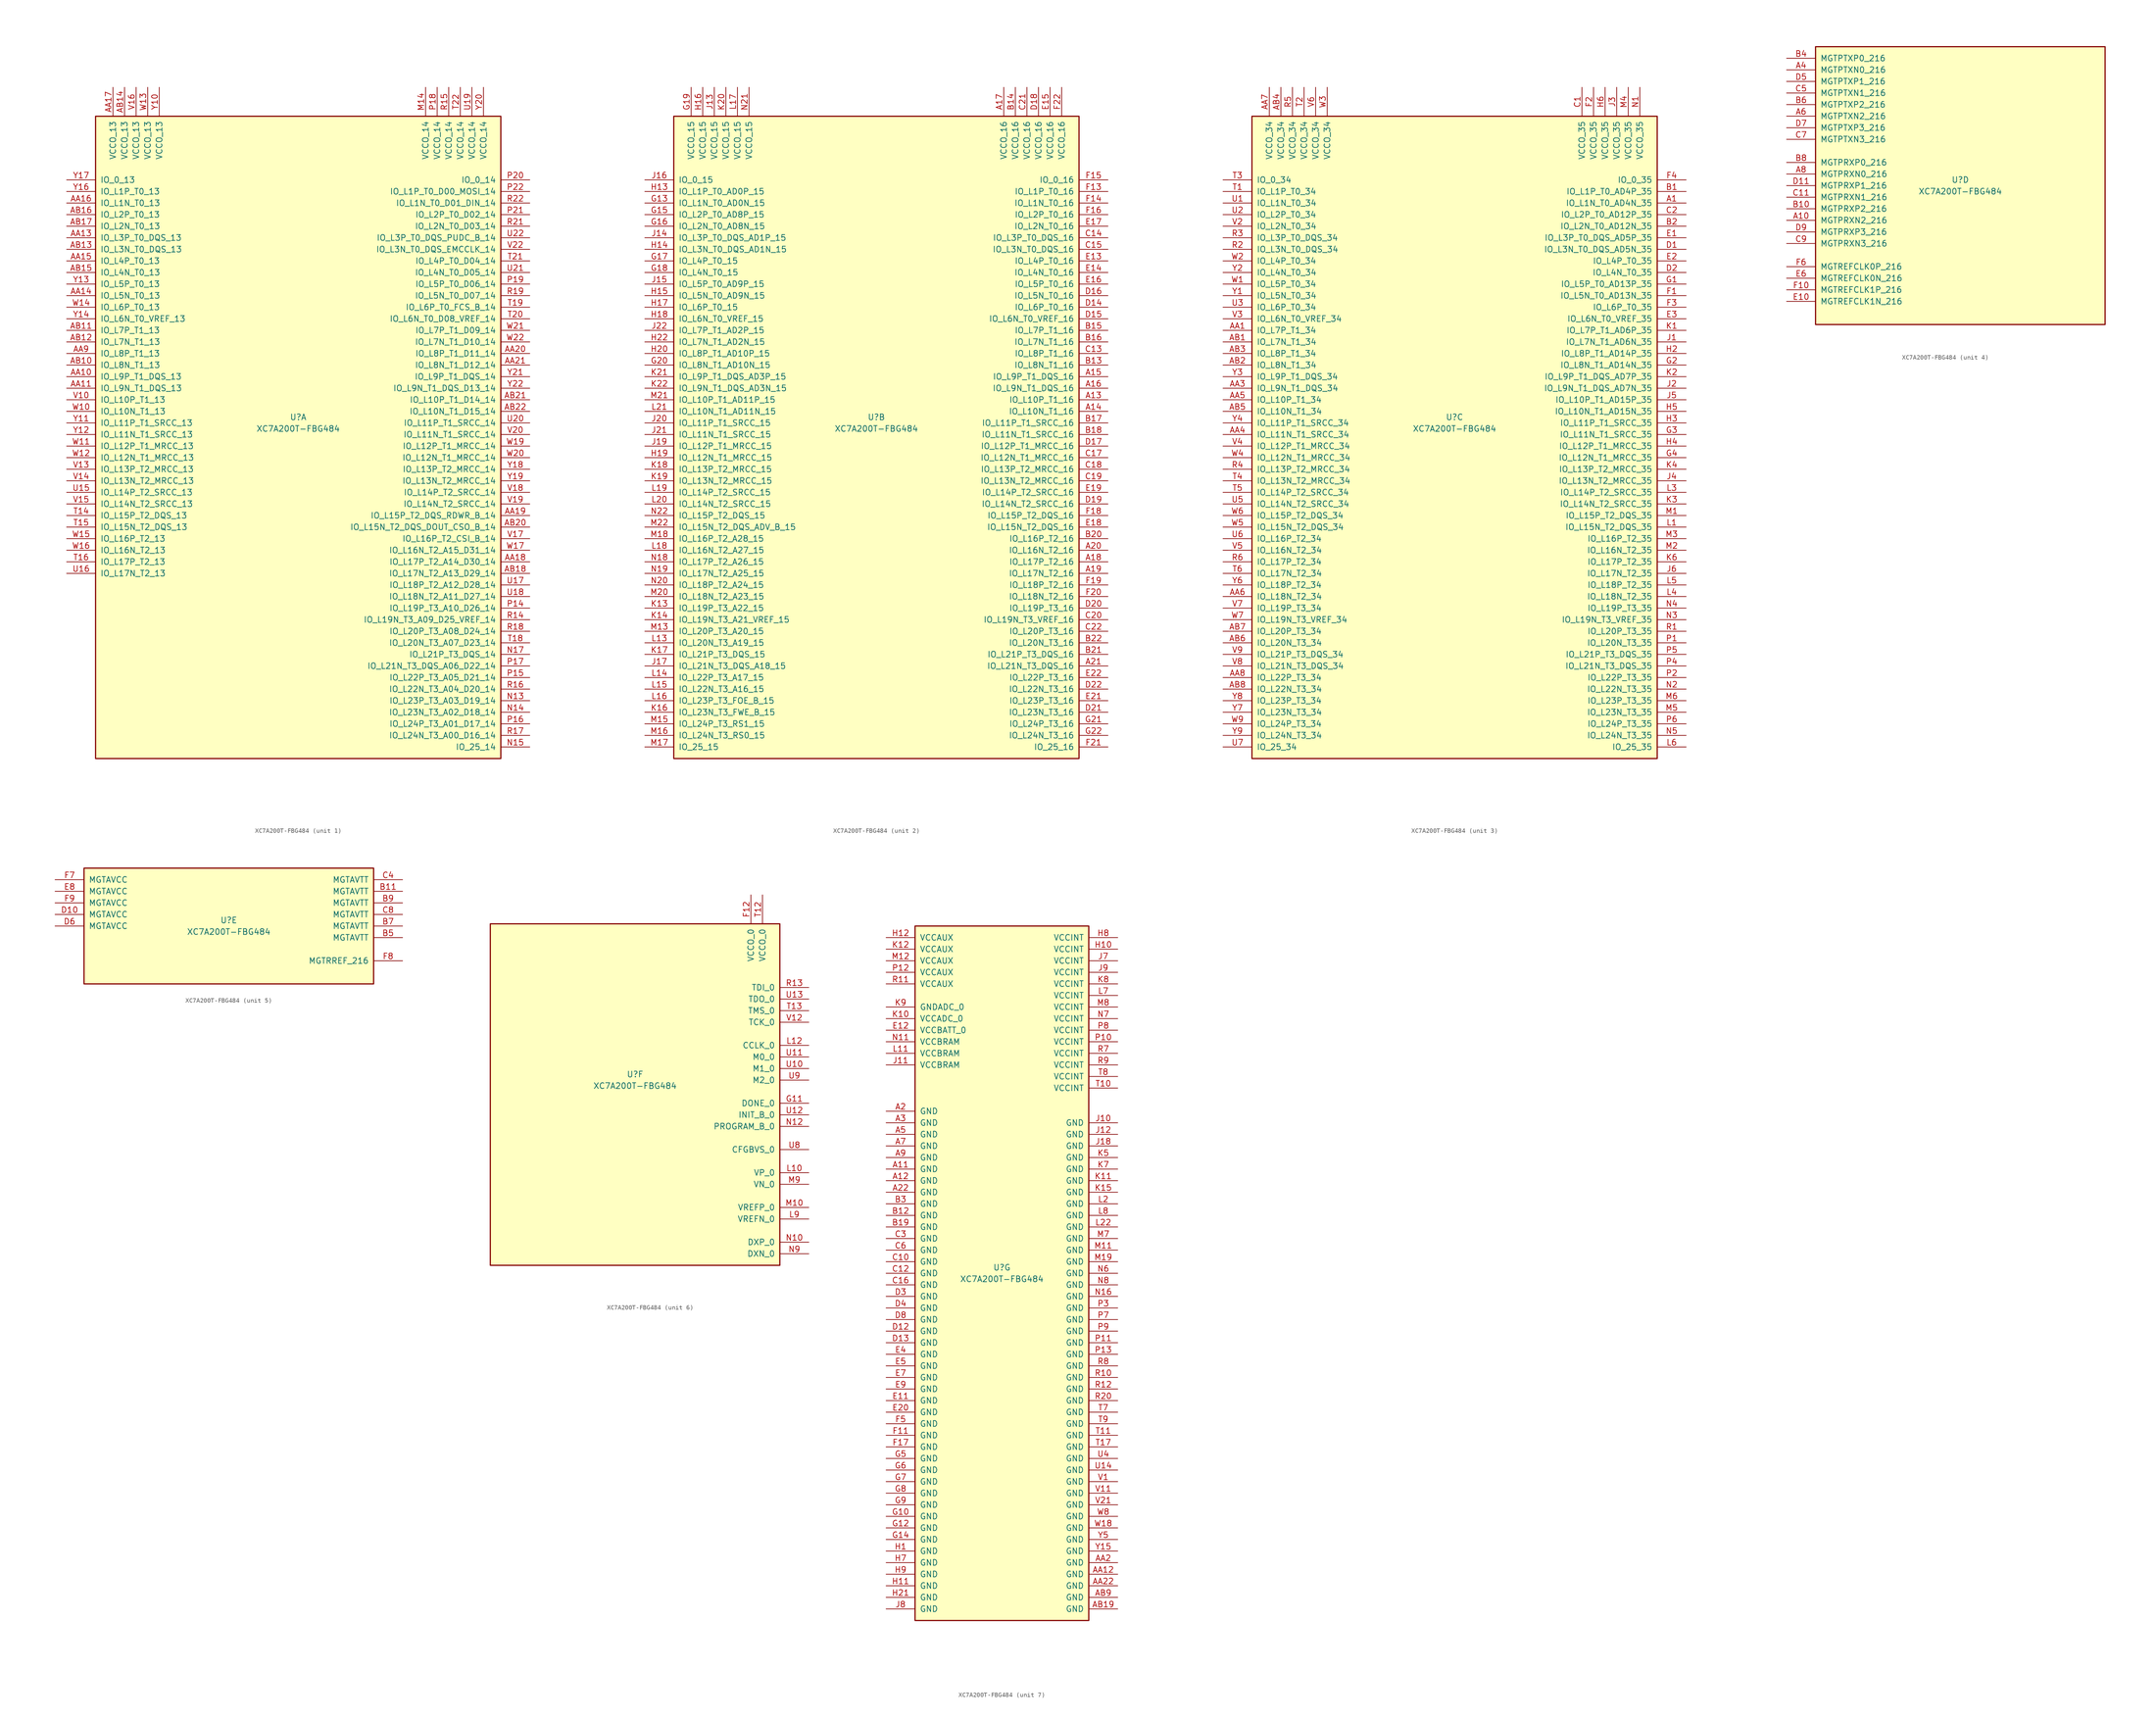
<source format=kicad_sym>
(kicad_symbol_lib
  (version 20241209)
  (generator "kicad_symbol_editor")
  (generator_version "9.0")
  (symbol "XC7A200T-FBG484"
    (pin_names
      (offset 1.016))
    (property "Reference" "U"
      (at 0 1.27 0)
      (effects (font (size 1.27 1.27))))
    (property "Value" "XC7A200T-FBG484"
      (at 0 -1.27 0)
      (effects (font (size 1.27 1.27))))
    (property "Datasheet" ""
      (at 0 0 0)
      (effects (font (size 1.27 1.27))))
    (property "ki_locked" ""
      (at 0 0 0)
      (effects (font (size 1.27 1.27))))
    (symbol "XC7A200T-FBG484_1_1"
      (rectangle (start -44.45 67.31) (end 44.45 -73.66) (stroke (width 0.254) (type default)) (fill (type background)))
      (pin bidirectional line (at -50.8 53.34 0) (length 6.35) (name "IO_0_13" (effects (font (size 1.27 1.27)))) (number "Y17" (effects (font (size 1.27 1.27)))))
      (pin bidirectional line (at -50.8 50.8 0) (length 6.35) (name "IO_L1P_T0_13" (effects (font (size 1.27 1.27)))) (number "Y16" (effects (font (size 1.27 1.27)))))
      (pin bidirectional line (at -50.8 48.26 0) (length 6.35) (name "IO_L1N_T0_13" (effects (font (size 1.27 1.27)))) (number "AA16" (effects (font (size 1.27 1.27)))))
      (pin bidirectional line (at -50.8 45.72 0) (length 6.35) (name "IO_L2P_T0_13" (effects (font (size 1.27 1.27)))) (number "AB16" (effects (font (size 1.27 1.27)))))
      (pin bidirectional line (at -50.8 43.18 0) (length 6.35) (name "IO_L2N_T0_13" (effects (font (size 1.27 1.27)))) (number "AB17" (effects (font (size 1.27 1.27)))))
      (pin bidirectional line (at -50.8 40.64 0) (length 6.35) (name "IO_L3P_T0_DQS_13" (effects (font (size 1.27 1.27)))) (number "AA13" (effects (font (size 1.27 1.27)))))
      (pin bidirectional line (at -50.8 38.1 0) (length 6.35) (name "IO_L3N_T0_DQS_13" (effects (font (size 1.27 1.27)))) (number "AB13" (effects (font (size 1.27 1.27)))))
      (pin bidirectional line (at -50.8 35.56 0) (length 6.35) (name "IO_L4P_T0_13" (effects (font (size 1.27 1.27)))) (number "AA15" (effects (font (size 1.27 1.27)))))
      (pin bidirectional line (at -50.8 33.02 0) (length 6.35) (name "IO_L4N_T0_13" (effects (font (size 1.27 1.27)))) (number "AB15" (effects (font (size 1.27 1.27)))))
      (pin bidirectional line (at -50.8 30.48 0) (length 6.35) (name "IO_L5P_T0_13" (effects (font (size 1.27 1.27)))) (number "Y13" (effects (font (size 1.27 1.27)))))
      (pin bidirectional line (at -50.8 27.94 0) (length 6.35) (name "IO_L5N_T0_13" (effects (font (size 1.27 1.27)))) (number "AA14" (effects (font (size 1.27 1.27)))))
      (pin bidirectional line (at -50.8 25.4 0) (length 6.35) (name "IO_L6P_T0_13" (effects (font (size 1.27 1.27)))) (number "W14" (effects (font (size 1.27 1.27)))))
      (pin bidirectional line (at -50.8 22.86 0) (length 6.35) (name "IO_L6N_T0_VREF_13" (effects (font (size 1.27 1.27)))) (number "Y14" (effects (font (size 1.27 1.27)))))
      (pin bidirectional line (at -50.8 20.32 0) (length 6.35) (name "IO_L7P_T1_13" (effects (font (size 1.27 1.27)))) (number "AB11" (effects (font (size 1.27 1.27)))))
      (pin bidirectional line (at -50.8 17.78 0) (length 6.35) (name "IO_L7N_T1_13" (effects (font (size 1.27 1.27)))) (number "AB12" (effects (font (size 1.27 1.27)))))
      (pin bidirectional line (at -50.8 15.24 0) (length 6.35) (name "IO_L8P_T1_13" (effects (font (size 1.27 1.27)))) (number "AA9" (effects (font (size 1.27 1.27)))))
      (pin bidirectional line (at -50.8 12.7 0) (length 6.35) (name "IO_L8N_T1_13" (effects (font (size 1.27 1.27)))) (number "AB10" (effects (font (size 1.27 1.27)))))
      (pin bidirectional line (at -50.8 10.16 0) (length 6.35) (name "IO_L9P_T1_DQS_13" (effects (font (size 1.27 1.27)))) (number "AA10" (effects (font (size 1.27 1.27)))))
      (pin bidirectional line (at -50.8 7.62 0) (length 6.35) (name "IO_L9N_T1_DQS_13" (effects (font (size 1.27 1.27)))) (number "AA11" (effects (font (size 1.27 1.27)))))
      (pin bidirectional line (at -50.8 5.08 0) (length 6.35) (name "IO_L10P_T1_13" (effects (font (size 1.27 1.27)))) (number "V10" (effects (font (size 1.27 1.27)))))
      (pin bidirectional line (at -50.8 2.54 0) (length 6.35) (name "IO_L10N_T1_13" (effects (font (size 1.27 1.27)))) (number "W10" (effects (font (size 1.27 1.27)))))
      (pin bidirectional line (at -50.8 0 0) (length 6.35) (name "IO_L11P_T1_SRCC_13" (effects (font (size 1.27 1.27)))) (number "Y11" (effects (font (size 1.27 1.27)))))
      (pin bidirectional line (at -50.8 -2.54 0) (length 6.35) (name "IO_L11N_T1_SRCC_13" (effects (font (size 1.27 1.27)))) (number "Y12" (effects (font (size 1.27 1.27)))))
      (pin bidirectional line (at -50.8 -5.08 0) (length 6.35) (name "IO_L12P_T1_MRCC_13" (effects (font (size 1.27 1.27)))) (number "W11" (effects (font (size 1.27 1.27)))))
      (pin bidirectional line (at -50.8 -7.62 0) (length 6.35) (name "IO_L12N_T1_MRCC_13" (effects (font (size 1.27 1.27)))) (number "W12" (effects (font (size 1.27 1.27)))))
      (pin bidirectional line (at -50.8 -10.16 0) (length 6.35) (name "IO_L13P_T2_MRCC_13" (effects (font (size 1.27 1.27)))) (number "V13" (effects (font (size 1.27 1.27)))))
      (pin bidirectional line (at -50.8 -12.7 0) (length 6.35) (name "IO_L13N_T2_MRCC_13" (effects (font (size 1.27 1.27)))) (number "V14" (effects (font (size 1.27 1.27)))))
      (pin bidirectional line (at -50.8 -15.24 0) (length 6.35) (name "IO_L14P_T2_SRCC_13" (effects (font (size 1.27 1.27)))) (number "U15" (effects (font (size 1.27 1.27)))))
      (pin bidirectional line (at -50.8 -17.78 0) (length 6.35) (name "IO_L14N_T2_SRCC_13" (effects (font (size 1.27 1.27)))) (number "V15" (effects (font (size 1.27 1.27)))))
      (pin bidirectional line (at -50.8 -20.32 0) (length 6.35) (name "IO_L15P_T2_DQS_13" (effects (font (size 1.27 1.27)))) (number "T14" (effects (font (size 1.27 1.27)))))
      (pin bidirectional line (at -50.8 -22.86 0) (length 6.35) (name "IO_L15N_T2_DQS_13" (effects (font (size 1.27 1.27)))) (number "T15" (effects (font (size 1.27 1.27)))))
      (pin bidirectional line (at -50.8 -25.4 0) (length 6.35) (name "IO_L16P_T2_13" (effects (font (size 1.27 1.27)))) (number "W15" (effects (font (size 1.27 1.27)))))
      (pin bidirectional line (at -50.8 -27.94 0) (length 6.35) (name "IO_L16N_T2_13" (effects (font (size 1.27 1.27)))) (number "W16" (effects (font (size 1.27 1.27)))))
      (pin bidirectional line (at -50.8 -30.48 0) (length 6.35) (name "IO_L17P_T2_13" (effects (font (size 1.27 1.27)))) (number "T16" (effects (font (size 1.27 1.27)))))
      (pin bidirectional line (at -50.8 -33.02 0) (length 6.35) (name "IO_L17N_T2_13" (effects (font (size 1.27 1.27)))) (number "U16" (effects (font (size 1.27 1.27)))))
      (pin power_in line (at -40.64 73.66 270) (length 6.35) (name "VCCO_13" (effects (font (size 1.27 1.27)))) (number "AA17" (effects (font (size 1.27 1.27)))))
      (pin power_in line (at -38.1 73.66 270) (length 6.35) (name "VCCO_13" (effects (font (size 1.27 1.27)))) (number "AB14" (effects (font (size 1.27 1.27)))))
      (pin power_in line (at -35.56 73.66 270) (length 6.35) (name "VCCO_13" (effects (font (size 1.27 1.27)))) (number "V16" (effects (font (size 1.27 1.27)))))
      (pin power_in line (at -33.02 73.66 270) (length 6.35) (name "VCCO_13" (effects (font (size 1.27 1.27)))) (number "W13" (effects (font (size 1.27 1.27)))))
      (pin power_in line (at -30.48 73.66 270) (length 6.35) (name "VCCO_13" (effects (font (size 1.27 1.27)))) (number "Y10" (effects (font (size 1.27 1.27)))))
      (pin power_in line (at 27.94 73.66 270) (length 6.35) (name "VCCO_14" (effects (font (size 1.27 1.27)))) (number "M14" (effects (font (size 1.27 1.27)))))
      (pin power_in line (at 30.48 73.66 270) (length 6.35) (name "VCCO_14" (effects (font (size 1.27 1.27)))) (number "P18" (effects (font (size 1.27 1.27)))))
      (pin power_in line (at 33.02 73.66 270) (length 6.35) (name "VCCO_14" (effects (font (size 1.27 1.27)))) (number "R15" (effects (font (size 1.27 1.27)))))
      (pin power_in line (at 35.56 73.66 270) (length 6.35) (name "VCCO_14" (effects (font (size 1.27 1.27)))) (number "T22" (effects (font (size 1.27 1.27)))))
      (pin power_in line (at 38.1 73.66 270) (length 6.35) (name "VCCO_14" (effects (font (size 1.27 1.27)))) (number "U19" (effects (font (size 1.27 1.27)))))
      (pin power_in line (at 40.64 73.66 270) (length 6.35) (name "VCCO_14" (effects (font (size 1.27 1.27)))) (number "Y20" (effects (font (size 1.27 1.27)))))
      (pin bidirectional line (at 50.8 53.34 180) (length 6.35) (name "IO_0_14" (effects (font (size 1.27 1.27)))) (number "P20" (effects (font (size 1.27 1.27)))))
      (pin bidirectional line (at 50.8 50.8 180) (length 6.35) (name "IO_L1P_T0_D00_MOSI_14" (effects (font (size 1.27 1.27)))) (number "P22" (effects (font (size 1.27 1.27)))))
      (pin bidirectional line (at 50.8 48.26 180) (length 6.35) (name "IO_L1N_T0_D01_DIN_14" (effects (font (size 1.27 1.27)))) (number "R22" (effects (font (size 1.27 1.27)))))
      (pin bidirectional line (at 50.8 45.72 180) (length 6.35) (name "IO_L2P_T0_D02_14" (effects (font (size 1.27 1.27)))) (number "P21" (effects (font (size 1.27 1.27)))))
      (pin bidirectional line (at 50.8 43.18 180) (length 6.35) (name "IO_L2N_T0_D03_14" (effects (font (size 1.27 1.27)))) (number "R21" (effects (font (size 1.27 1.27)))))
      (pin bidirectional line (at 50.8 40.64 180) (length 6.35) (name "IO_L3P_T0_DQS_PUDC_B_14" (effects (font (size 1.27 1.27)))) (number "U22" (effects (font (size 1.27 1.27)))))
      (pin bidirectional line (at 50.8 38.1 180) (length 6.35) (name "IO_L3N_T0_DQS_EMCCLK_14" (effects (font (size 1.27 1.27)))) (number "V22" (effects (font (size 1.27 1.27)))))
      (pin bidirectional line (at 50.8 35.56 180) (length 6.35) (name "IO_L4P_T0_D04_14" (effects (font (size 1.27 1.27)))) (number "T21" (effects (font (size 1.27 1.27)))))
      (pin bidirectional line (at 50.8 33.02 180) (length 6.35) (name "IO_L4N_T0_D05_14" (effects (font (size 1.27 1.27)))) (number "U21" (effects (font (size 1.27 1.27)))))
      (pin bidirectional line (at 50.8 30.48 180) (length 6.35) (name "IO_L5P_T0_D06_14" (effects (font (size 1.27 1.27)))) (number "P19" (effects (font (size 1.27 1.27)))))
      (pin bidirectional line (at 50.8 27.94 180) (length 6.35) (name "IO_L5N_T0_D07_14" (effects (font (size 1.27 1.27)))) (number "R19" (effects (font (size 1.27 1.27)))))
      (pin bidirectional line (at 50.8 25.4 180) (length 6.35) (name "IO_L6P_T0_FCS_B_14" (effects (font (size 1.27 1.27)))) (number "T19" (effects (font (size 1.27 1.27)))))
      (pin bidirectional line (at 50.8 22.86 180) (length 6.35) (name "IO_L6N_T0_D08_VREF_14" (effects (font (size 1.27 1.27)))) (number "T20" (effects (font (size 1.27 1.27)))))
      (pin bidirectional line (at 50.8 20.32 180) (length 6.35) (name "IO_L7P_T1_D09_14" (effects (font (size 1.27 1.27)))) (number "W21" (effects (font (size 1.27 1.27)))))
      (pin bidirectional line (at 50.8 17.78 180) (length 6.35) (name "IO_L7N_T1_D10_14" (effects (font (size 1.27 1.27)))) (number "W22" (effects (font (size 1.27 1.27)))))
      (pin bidirectional line (at 50.8 15.24 180) (length 6.35) (name "IO_L8P_T1_D11_14" (effects (font (size 1.27 1.27)))) (number "AA20" (effects (font (size 1.27 1.27)))))
      (pin bidirectional line (at 50.8 12.7 180) (length 6.35) (name "IO_L8N_T1_D12_14" (effects (font (size 1.27 1.27)))) (number "AA21" (effects (font (size 1.27 1.27)))))
      (pin bidirectional line (at 50.8 10.16 180) (length 6.35) (name "IO_L9P_T1_DQS_14" (effects (font (size 1.27 1.27)))) (number "Y21" (effects (font (size 1.27 1.27)))))
      (pin bidirectional line (at 50.8 7.62 180) (length 6.35) (name "IO_L9N_T1_DQS_D13_14" (effects (font (size 1.27 1.27)))) (number "Y22" (effects (font (size 1.27 1.27)))))
      (pin bidirectional line (at 50.8 5.08 180) (length 6.35) (name "IO_L10P_T1_D14_14" (effects (font (size 1.27 1.27)))) (number "AB21" (effects (font (size 1.27 1.27)))))
      (pin bidirectional line (at 50.8 2.54 180) (length 6.35) (name "IO_L10N_T1_D15_14" (effects (font (size 1.27 1.27)))) (number "AB22" (effects (font (size 1.27 1.27)))))
      (pin bidirectional line (at 50.8 0 180) (length 6.35) (name "IO_L11P_T1_SRCC_14" (effects (font (size 1.27 1.27)))) (number "U20" (effects (font (size 1.27 1.27)))))
      (pin bidirectional line (at 50.8 -2.54 180) (length 6.35) (name "IO_L11N_T1_SRCC_14" (effects (font (size 1.27 1.27)))) (number "V20" (effects (font (size 1.27 1.27)))))
      (pin bidirectional line (at 50.8 -5.08 180) (length 6.35) (name "IO_L12P_T1_MRCC_14" (effects (font (size 1.27 1.27)))) (number "W19" (effects (font (size 1.27 1.27)))))
      (pin bidirectional line (at 50.8 -7.62 180) (length 6.35) (name "IO_L12N_T1_MRCC_14" (effects (font (size 1.27 1.27)))) (number "W20" (effects (font (size 1.27 1.27)))))
      (pin bidirectional line (at 50.8 -10.16 180) (length 6.35) (name "IO_L13P_T2_MRCC_14" (effects (font (size 1.27 1.27)))) (number "Y18" (effects (font (size 1.27 1.27)))))
      (pin bidirectional line (at 50.8 -12.7 180) (length 6.35) (name "IO_L13N_T2_MRCC_14" (effects (font (size 1.27 1.27)))) (number "Y19" (effects (font (size 1.27 1.27)))))
      (pin bidirectional line (at 50.8 -15.24 180) (length 6.35) (name "IO_L14P_T2_SRCC_14" (effects (font (size 1.27 1.27)))) (number "V18" (effects (font (size 1.27 1.27)))))
      (pin bidirectional line (at 50.8 -17.78 180) (length 6.35) (name "IO_L14N_T2_SRCC_14" (effects (font (size 1.27 1.27)))) (number "V19" (effects (font (size 1.27 1.27)))))
      (pin bidirectional line (at 50.8 -20.32 180) (length 6.35) (name "IO_L15P_T2_DQS_RDWR_B_14" (effects (font (size 1.27 1.27)))) (number "AA19" (effects (font (size 1.27 1.27)))))
      (pin bidirectional line (at 50.8 -22.86 180) (length 6.35) (name "IO_L15N_T2_DQS_DOUT_CSO_B_14" (effects (font (size 1.27 1.27)))) (number "AB20" (effects (font (size 1.27 1.27)))))
      (pin bidirectional line (at 50.8 -25.4 180) (length 6.35) (name "IO_L16P_T2_CSI_B_14" (effects (font (size 1.27 1.27)))) (number "V17" (effects (font (size 1.27 1.27)))))
      (pin bidirectional line (at 50.8 -27.94 180) (length 6.35) (name "IO_L16N_T2_A15_D31_14" (effects (font (size 1.27 1.27)))) (number "W17" (effects (font (size 1.27 1.27)))))
      (pin bidirectional line (at 50.8 -30.48 180) (length 6.35) (name "IO_L17P_T2_A14_D30_14" (effects (font (size 1.27 1.27)))) (number "AA18" (effects (font (size 1.27 1.27)))))
      (pin bidirectional line (at 50.8 -33.02 180) (length 6.35) (name "IO_L17N_T2_A13_D29_14" (effects (font (size 1.27 1.27)))) (number "AB18" (effects (font (size 1.27 1.27)))))
      (pin bidirectional line (at 50.8 -35.56 180) (length 6.35) (name "IO_L18P_T2_A12_D28_14" (effects (font (size 1.27 1.27)))) (number "U17" (effects (font (size 1.27 1.27)))))
      (pin bidirectional line (at 50.8 -38.1 180) (length 6.35) (name "IO_L18N_T2_A11_D27_14" (effects (font (size 1.27 1.27)))) (number "U18" (effects (font (size 1.27 1.27)))))
      (pin bidirectional line (at 50.8 -40.64 180) (length 6.35) (name "IO_L19P_T3_A10_D26_14" (effects (font (size 1.27 1.27)))) (number "P14" (effects (font (size 1.27 1.27)))))
      (pin bidirectional line (at 50.8 -43.18 180) (length 6.35) (name "IO_L19N_T3_A09_D25_VREF_14" (effects (font (size 1.27 1.27)))) (number "R14" (effects (font (size 1.27 1.27)))))
      (pin bidirectional line (at 50.8 -45.72 180) (length 6.35) (name "IO_L20P_T3_A08_D24_14" (effects (font (size 1.27 1.27)))) (number "R18" (effects (font (size 1.27 1.27)))))
      (pin bidirectional line (at 50.8 -48.26 180) (length 6.35) (name "IO_L20N_T3_A07_D23_14" (effects (font (size 1.27 1.27)))) (number "T18" (effects (font (size 1.27 1.27)))))
      (pin bidirectional line (at 50.8 -50.8 180) (length 6.35) (name "IO_L21P_T3_DQS_14" (effects (font (size 1.27 1.27)))) (number "N17" (effects (font (size 1.27 1.27)))))
      (pin bidirectional line (at 50.8 -53.34 180) (length 6.35) (name "IO_L21N_T3_DQS_A06_D22_14" (effects (font (size 1.27 1.27)))) (number "P17" (effects (font (size 1.27 1.27)))))
      (pin bidirectional line (at 50.8 -55.88 180) (length 6.35) (name "IO_L22P_T3_A05_D21_14" (effects (font (size 1.27 1.27)))) (number "P15" (effects (font (size 1.27 1.27)))))
      (pin bidirectional line (at 50.8 -58.42 180) (length 6.35) (name "IO_L22N_T3_A04_D20_14" (effects (font (size 1.27 1.27)))) (number "R16" (effects (font (size 1.27 1.27)))))
      (pin bidirectional line (at 50.8 -60.96 180) (length 6.35) (name "IO_L23P_T3_A03_D19_14" (effects (font (size 1.27 1.27)))) (number "N13" (effects (font (size 1.27 1.27)))))
      (pin bidirectional line (at 50.8 -63.5 180) (length 6.35) (name "IO_L23N_T3_A02_D18_14" (effects (font (size 1.27 1.27)))) (number "N14" (effects (font (size 1.27 1.27)))))
      (pin bidirectional line (at 50.8 -66.04 180) (length 6.35) (name "IO_L24P_T3_A01_D17_14" (effects (font (size 1.27 1.27)))) (number "P16" (effects (font (size 1.27 1.27)))))
      (pin bidirectional line (at 50.8 -68.58 180) (length 6.35) (name "IO_L24N_T3_A00_D16_14" (effects (font (size 1.27 1.27)))) (number "R17" (effects (font (size 1.27 1.27)))))
      (pin bidirectional line (at 50.8 -71.12 180) (length 6.35) (name "IO_25_14" (effects (font (size 1.27 1.27)))) (number "N15" (effects (font (size 1.27 1.27))))))
    (symbol "XC7A200T-FBG484_2_1"
      (rectangle (start -44.45 67.31) (end 44.45 -73.66) (stroke (width 0.254) (type default)) (fill (type background)))
      (pin bidirectional line (at -50.8 53.34 0) (length 6.35) (name "IO_0_15" (effects (font (size 1.27 1.27)))) (number "J16" (effects (font (size 1.27 1.27)))))
      (pin bidirectional line (at -50.8 50.8 0) (length 6.35) (name "IO_L1P_T0_AD0P_15" (effects (font (size 1.27 1.27)))) (number "H13" (effects (font (size 1.27 1.27)))))
      (pin bidirectional line (at -50.8 48.26 0) (length 6.35) (name "IO_L1N_T0_AD0N_15" (effects (font (size 1.27 1.27)))) (number "G13" (effects (font (size 1.27 1.27)))))
      (pin bidirectional line (at -50.8 45.72 0) (length 6.35) (name "IO_L2P_T0_AD8P_15" (effects (font (size 1.27 1.27)))) (number "G15" (effects (font (size 1.27 1.27)))))
      (pin bidirectional line (at -50.8 43.18 0) (length 6.35) (name "IO_L2N_T0_AD8N_15" (effects (font (size 1.27 1.27)))) (number "G16" (effects (font (size 1.27 1.27)))))
      (pin bidirectional line (at -50.8 40.64 0) (length 6.35) (name "IO_L3P_T0_DQS_AD1P_15" (effects (font (size 1.27 1.27)))) (number "J14" (effects (font (size 1.27 1.27)))))
      (pin bidirectional line (at -50.8 38.1 0) (length 6.35) (name "IO_L3N_T0_DQS_AD1N_15" (effects (font (size 1.27 1.27)))) (number "H14" (effects (font (size 1.27 1.27)))))
      (pin bidirectional line (at -50.8 35.56 0) (length 6.35) (name "IO_L4P_T0_15" (effects (font (size 1.27 1.27)))) (number "G17" (effects (font (size 1.27 1.27)))))
      (pin bidirectional line (at -50.8 33.02 0) (length 6.35) (name "IO_L4N_T0_15" (effects (font (size 1.27 1.27)))) (number "G18" (effects (font (size 1.27 1.27)))))
      (pin bidirectional line (at -50.8 30.48 0) (length 6.35) (name "IO_L5P_T0_AD9P_15" (effects (font (size 1.27 1.27)))) (number "J15" (effects (font (size 1.27 1.27)))))
      (pin bidirectional line (at -50.8 27.94 0) (length 6.35) (name "IO_L5N_T0_AD9N_15" (effects (font (size 1.27 1.27)))) (number "H15" (effects (font (size 1.27 1.27)))))
      (pin bidirectional line (at -50.8 25.4 0) (length 6.35) (name "IO_L6P_T0_15" (effects (font (size 1.27 1.27)))) (number "H17" (effects (font (size 1.27 1.27)))))
      (pin bidirectional line (at -50.8 22.86 0) (length 6.35) (name "IO_L6N_T0_VREF_15" (effects (font (size 1.27 1.27)))) (number "H18" (effects (font (size 1.27 1.27)))))
      (pin bidirectional line (at -50.8 20.32 0) (length 6.35) (name "IO_L7P_T1_AD2P_15" (effects (font (size 1.27 1.27)))) (number "J22" (effects (font (size 1.27 1.27)))))
      (pin bidirectional line (at -50.8 17.78 0) (length 6.35) (name "IO_L7N_T1_AD2N_15" (effects (font (size 1.27 1.27)))) (number "H22" (effects (font (size 1.27 1.27)))))
      (pin bidirectional line (at -50.8 15.24 0) (length 6.35) (name "IO_L8P_T1_AD10P_15" (effects (font (size 1.27 1.27)))) (number "H20" (effects (font (size 1.27 1.27)))))
      (pin bidirectional line (at -50.8 12.7 0) (length 6.35) (name "IO_L8N_T1_AD10N_15" (effects (font (size 1.27 1.27)))) (number "G20" (effects (font (size 1.27 1.27)))))
      (pin bidirectional line (at -50.8 10.16 0) (length 6.35) (name "IO_L9P_T1_DQS_AD3P_15" (effects (font (size 1.27 1.27)))) (number "K21" (effects (font (size 1.27 1.27)))))
      (pin bidirectional line (at -50.8 7.62 0) (length 6.35) (name "IO_L9N_T1_DQS_AD3N_15" (effects (font (size 1.27 1.27)))) (number "K22" (effects (font (size 1.27 1.27)))))
      (pin bidirectional line (at -50.8 5.08 0) (length 6.35) (name "IO_L10P_T1_AD11P_15" (effects (font (size 1.27 1.27)))) (number "M21" (effects (font (size 1.27 1.27)))))
      (pin bidirectional line (at -50.8 2.54 0) (length 6.35) (name "IO_L10N_T1_AD11N_15" (effects (font (size 1.27 1.27)))) (number "L21" (effects (font (size 1.27 1.27)))))
      (pin bidirectional line (at -50.8 0 0) (length 6.35) (name "IO_L11P_T1_SRCC_15" (effects (font (size 1.27 1.27)))) (number "J20" (effects (font (size 1.27 1.27)))))
      (pin bidirectional line (at -50.8 -2.54 0) (length 6.35) (name "IO_L11N_T1_SRCC_15" (effects (font (size 1.27 1.27)))) (number "J21" (effects (font (size 1.27 1.27)))))
      (pin bidirectional line (at -50.8 -5.08 0) (length 6.35) (name "IO_L12P_T1_MRCC_15" (effects (font (size 1.27 1.27)))) (number "J19" (effects (font (size 1.27 1.27)))))
      (pin bidirectional line (at -50.8 -7.62 0) (length 6.35) (name "IO_L12N_T1_MRCC_15" (effects (font (size 1.27 1.27)))) (number "H19" (effects (font (size 1.27 1.27)))))
      (pin bidirectional line (at -50.8 -10.16 0) (length 6.35) (name "IO_L13P_T2_MRCC_15" (effects (font (size 1.27 1.27)))) (number "K18" (effects (font (size 1.27 1.27)))))
      (pin bidirectional line (at -50.8 -12.7 0) (length 6.35) (name "IO_L13N_T2_MRCC_15" (effects (font (size 1.27 1.27)))) (number "K19" (effects (font (size 1.27 1.27)))))
      (pin bidirectional line (at -50.8 -15.24 0) (length 6.35) (name "IO_L14P_T2_SRCC_15" (effects (font (size 1.27 1.27)))) (number "L19" (effects (font (size 1.27 1.27)))))
      (pin bidirectional line (at -50.8 -17.78 0) (length 6.35) (name "IO_L14N_T2_SRCC_15" (effects (font (size 1.27 1.27)))) (number "L20" (effects (font (size 1.27 1.27)))))
      (pin bidirectional line (at -50.8 -20.32 0) (length 6.35) (name "IO_L15P_T2_DQS_15" (effects (font (size 1.27 1.27)))) (number "N22" (effects (font (size 1.27 1.27)))))
      (pin bidirectional line (at -50.8 -22.86 0) (length 6.35) (name "IO_L15N_T2_DQS_ADV_B_15" (effects (font (size 1.27 1.27)))) (number "M22" (effects (font (size 1.27 1.27)))))
      (pin bidirectional line (at -50.8 -25.4 0) (length 6.35) (name "IO_L16P_T2_A28_15" (effects (font (size 1.27 1.27)))) (number "M18" (effects (font (size 1.27 1.27)))))
      (pin bidirectional line (at -50.8 -27.94 0) (length 6.35) (name "IO_L16N_T2_A27_15" (effects (font (size 1.27 1.27)))) (number "L18" (effects (font (size 1.27 1.27)))))
      (pin bidirectional line (at -50.8 -30.48 0) (length 6.35) (name "IO_L17P_T2_A26_15" (effects (font (size 1.27 1.27)))) (number "N18" (effects (font (size 1.27 1.27)))))
      (pin bidirectional line (at -50.8 -33.02 0) (length 6.35) (name "IO_L17N_T2_A25_15" (effects (font (size 1.27 1.27)))) (number "N19" (effects (font (size 1.27 1.27)))))
      (pin bidirectional line (at -50.8 -35.56 0) (length 6.35) (name "IO_L18P_T2_A24_15" (effects (font (size 1.27 1.27)))) (number "N20" (effects (font (size 1.27 1.27)))))
      (pin bidirectional line (at -50.8 -38.1 0) (length 6.35) (name "IO_L18N_T2_A23_15" (effects (font (size 1.27 1.27)))) (number "M20" (effects (font (size 1.27 1.27)))))
      (pin bidirectional line (at -50.8 -40.64 0) (length 6.35) (name "IO_L19P_T3_A22_15" (effects (font (size 1.27 1.27)))) (number "K13" (effects (font (size 1.27 1.27)))))
      (pin bidirectional line (at -50.8 -43.18 0) (length 6.35) (name "IO_L19N_T3_A21_VREF_15" (effects (font (size 1.27 1.27)))) (number "K14" (effects (font (size 1.27 1.27)))))
      (pin bidirectional line (at -50.8 -45.72 0) (length 6.35) (name "IO_L20P_T3_A20_15" (effects (font (size 1.27 1.27)))) (number "M13" (effects (font (size 1.27 1.27)))))
      (pin bidirectional line (at -50.8 -48.26 0) (length 6.35) (name "IO_L20N_T3_A19_15" (effects (font (size 1.27 1.27)))) (number "L13" (effects (font (size 1.27 1.27)))))
      (pin bidirectional line (at -50.8 -50.8 0) (length 6.35) (name "IO_L21P_T3_DQS_15" (effects (font (size 1.27 1.27)))) (number "K17" (effects (font (size 1.27 1.27)))))
      (pin bidirectional line (at -50.8 -53.34 0) (length 6.35) (name "IO_L21N_T3_DQS_A18_15" (effects (font (size 1.27 1.27)))) (number "J17" (effects (font (size 1.27 1.27)))))
      (pin bidirectional line (at -50.8 -55.88 0) (length 6.35) (name "IO_L22P_T3_A17_15" (effects (font (size 1.27 1.27)))) (number "L14" (effects (font (size 1.27 1.27)))))
      (pin bidirectional line (at -50.8 -58.42 0) (length 6.35) (name "IO_L22N_T3_A16_15" (effects (font (size 1.27 1.27)))) (number "L15" (effects (font (size 1.27 1.27)))))
      (pin bidirectional line (at -50.8 -60.96 0) (length 6.35) (name "IO_L23P_T3_FOE_B_15" (effects (font (size 1.27 1.27)))) (number "L16" (effects (font (size 1.27 1.27)))))
      (pin bidirectional line (at -50.8 -63.5 0) (length 6.35) (name "IO_L23N_T3_FWE_B_15" (effects (font (size 1.27 1.27)))) (number "K16" (effects (font (size 1.27 1.27)))))
      (pin bidirectional line (at -50.8 -66.04 0) (length 6.35) (name "IO_L24P_T3_RS1_15" (effects (font (size 1.27 1.27)))) (number "M15" (effects (font (size 1.27 1.27)))))
      (pin bidirectional line (at -50.8 -68.58 0) (length 6.35) (name "IO_L24N_T3_RS0_15" (effects (font (size 1.27 1.27)))) (number "M16" (effects (font (size 1.27 1.27)))))
      (pin bidirectional line (at -50.8 -71.12 0) (length 6.35) (name "IO_25_15" (effects (font (size 1.27 1.27)))) (number "M17" (effects (font (size 1.27 1.27)))))
      (pin power_in line (at -40.64 73.66 270) (length 6.35) (name "VCCO_15" (effects (font (size 1.27 1.27)))) (number "G19" (effects (font (size 1.27 1.27)))))
      (pin power_in line (at -38.1 73.66 270) (length 6.35) (name "VCCO_15" (effects (font (size 1.27 1.27)))) (number "H16" (effects (font (size 1.27 1.27)))))
      (pin power_in line (at -35.56 73.66 270) (length 6.35) (name "VCCO_15" (effects (font (size 1.27 1.27)))) (number "J13" (effects (font (size 1.27 1.27)))))
      (pin power_in line (at -33.02 73.66 270) (length 6.35) (name "VCCO_15" (effects (font (size 1.27 1.27)))) (number "K20" (effects (font (size 1.27 1.27)))))
      (pin power_in line (at -30.48 73.66 270) (length 6.35) (name "VCCO_15" (effects (font (size 1.27 1.27)))) (number "L17" (effects (font (size 1.27 1.27)))))
      (pin power_in line (at -27.94 73.66 270) (length 6.35) (name "VCCO_15" (effects (font (size 1.27 1.27)))) (number "N21" (effects (font (size 1.27 1.27)))))
      (pin power_in line (at 27.94 73.66 270) (length 6.35) (name "VCCO_16" (effects (font (size 1.27 1.27)))) (number "A17" (effects (font (size 1.27 1.27)))))
      (pin power_in line (at 30.48 73.66 270) (length 6.35) (name "VCCO_16" (effects (font (size 1.27 1.27)))) (number "B14" (effects (font (size 1.27 1.27)))))
      (pin power_in line (at 33.02 73.66 270) (length 6.35) (name "VCCO_16" (effects (font (size 1.27 1.27)))) (number "C21" (effects (font (size 1.27 1.27)))))
      (pin power_in line (at 35.56 73.66 270) (length 6.35) (name "VCCO_16" (effects (font (size 1.27 1.27)))) (number "D18" (effects (font (size 1.27 1.27)))))
      (pin power_in line (at 38.1 73.66 270) (length 6.35) (name "VCCO_16" (effects (font (size 1.27 1.27)))) (number "E15" (effects (font (size 1.27 1.27)))))
      (pin power_in line (at 40.64 73.66 270) (length 6.35) (name "VCCO_16" (effects (font (size 1.27 1.27)))) (number "F22" (effects (font (size 1.27 1.27)))))
      (pin bidirectional line (at 50.8 53.34 180) (length 6.35) (name "IO_0_16" (effects (font (size 1.27 1.27)))) (number "F15" (effects (font (size 1.27 1.27)))))
      (pin bidirectional line (at 50.8 50.8 180) (length 6.35) (name "IO_L1P_T0_16" (effects (font (size 1.27 1.27)))) (number "F13" (effects (font (size 1.27 1.27)))))
      (pin bidirectional line (at 50.8 48.26 180) (length 6.35) (name "IO_L1N_T0_16" (effects (font (size 1.27 1.27)))) (number "F14" (effects (font (size 1.27 1.27)))))
      (pin bidirectional line (at 50.8 45.72 180) (length 6.35) (name "IO_L2P_T0_16" (effects (font (size 1.27 1.27)))) (number "F16" (effects (font (size 1.27 1.27)))))
      (pin bidirectional line (at 50.8 43.18 180) (length 6.35) (name "IO_L2N_T0_16" (effects (font (size 1.27 1.27)))) (number "E17" (effects (font (size 1.27 1.27)))))
      (pin bidirectional line (at 50.8 40.64 180) (length 6.35) (name "IO_L3P_T0_DQS_16" (effects (font (size 1.27 1.27)))) (number "C14" (effects (font (size 1.27 1.27)))))
      (pin bidirectional line (at 50.8 38.1 180) (length 6.35) (name "IO_L3N_T0_DQS_16" (effects (font (size 1.27 1.27)))) (number "C15" (effects (font (size 1.27 1.27)))))
      (pin bidirectional line (at 50.8 35.56 180) (length 6.35) (name "IO_L4P_T0_16" (effects (font (size 1.27 1.27)))) (number "E13" (effects (font (size 1.27 1.27)))))
      (pin bidirectional line (at 50.8 33.02 180) (length 6.35) (name "IO_L4N_T0_16" (effects (font (size 1.27 1.27)))) (number "E14" (effects (font (size 1.27 1.27)))))
      (pin bidirectional line (at 50.8 30.48 180) (length 6.35) (name "IO_L5P_T0_16" (effects (font (size 1.27 1.27)))) (number "E16" (effects (font (size 1.27 1.27)))))
      (pin bidirectional line (at 50.8 27.94 180) (length 6.35) (name "IO_L5N_T0_16" (effects (font (size 1.27 1.27)))) (number "D16" (effects (font (size 1.27 1.27)))))
      (pin bidirectional line (at 50.8 25.4 180) (length 6.35) (name "IO_L6P_T0_16" (effects (font (size 1.27 1.27)))) (number "D14" (effects (font (size 1.27 1.27)))))
      (pin bidirectional line (at 50.8 22.86 180) (length 6.35) (name "IO_L6N_T0_VREF_16" (effects (font (size 1.27 1.27)))) (number "D15" (effects (font (size 1.27 1.27)))))
      (pin bidirectional line (at 50.8 20.32 180) (length 6.35) (name "IO_L7P_T1_16" (effects (font (size 1.27 1.27)))) (number "B15" (effects (font (size 1.27 1.27)))))
      (pin bidirectional line (at 50.8 17.78 180) (length 6.35) (name "IO_L7N_T1_16" (effects (font (size 1.27 1.27)))) (number "B16" (effects (font (size 1.27 1.27)))))
      (pin bidirectional line (at 50.8 15.24 180) (length 6.35) (name "IO_L8P_T1_16" (effects (font (size 1.27 1.27)))) (number "C13" (effects (font (size 1.27 1.27)))))
      (pin bidirectional line (at 50.8 12.7 180) (length 6.35) (name "IO_L8N_T1_16" (effects (font (size 1.27 1.27)))) (number "B13" (effects (font (size 1.27 1.27)))))
      (pin bidirectional line (at 50.8 10.16 180) (length 6.35) (name "IO_L9P_T1_DQS_16" (effects (font (size 1.27 1.27)))) (number "A15" (effects (font (size 1.27 1.27)))))
      (pin bidirectional line (at 50.8 7.62 180) (length 6.35) (name "IO_L9N_T1_DQS_16" (effects (font (size 1.27 1.27)))) (number "A16" (effects (font (size 1.27 1.27)))))
      (pin bidirectional line (at 50.8 5.08 180) (length 6.35) (name "IO_L10P_T1_16" (effects (font (size 1.27 1.27)))) (number "A13" (effects (font (size 1.27 1.27)))))
      (pin bidirectional line (at 50.8 2.54 180) (length 6.35) (name "IO_L10N_T1_16" (effects (font (size 1.27 1.27)))) (number "A14" (effects (font (size 1.27 1.27)))))
      (pin bidirectional line (at 50.8 0 180) (length 6.35) (name "IO_L11P_T1_SRCC_16" (effects (font (size 1.27 1.27)))) (number "B17" (effects (font (size 1.27 1.27)))))
      (pin bidirectional line (at 50.8 -2.54 180) (length 6.35) (name "IO_L11N_T1_SRCC_16" (effects (font (size 1.27 1.27)))) (number "B18" (effects (font (size 1.27 1.27)))))
      (pin bidirectional line (at 50.8 -5.08 180) (length 6.35) (name "IO_L12P_T1_MRCC_16" (effects (font (size 1.27 1.27)))) (number "D17" (effects (font (size 1.27 1.27)))))
      (pin bidirectional line (at 50.8 -7.62 180) (length 6.35) (name "IO_L12N_T1_MRCC_16" (effects (font (size 1.27 1.27)))) (number "C17" (effects (font (size 1.27 1.27)))))
      (pin bidirectional line (at 50.8 -10.16 180) (length 6.35) (name "IO_L13P_T2_MRCC_16" (effects (font (size 1.27 1.27)))) (number "C18" (effects (font (size 1.27 1.27)))))
      (pin bidirectional line (at 50.8 -12.7 180) (length 6.35) (name "IO_L13N_T2_MRCC_16" (effects (font (size 1.27 1.27)))) (number "C19" (effects (font (size 1.27 1.27)))))
      (pin bidirectional line (at 50.8 -15.24 180) (length 6.35) (name "IO_L14P_T2_SRCC_16" (effects (font (size 1.27 1.27)))) (number "E19" (effects (font (size 1.27 1.27)))))
      (pin bidirectional line (at 50.8 -17.78 180) (length 6.35) (name "IO_L14N_T2_SRCC_16" (effects (font (size 1.27 1.27)))) (number "D19" (effects (font (size 1.27 1.27)))))
      (pin bidirectional line (at 50.8 -20.32 180) (length 6.35) (name "IO_L15P_T2_DQS_16" (effects (font (size 1.27 1.27)))) (number "F18" (effects (font (size 1.27 1.27)))))
      (pin bidirectional line (at 50.8 -22.86 180) (length 6.35) (name "IO_L15N_T2_DQS_16" (effects (font (size 1.27 1.27)))) (number "E18" (effects (font (size 1.27 1.27)))))
      (pin bidirectional line (at 50.8 -25.4 180) (length 6.35) (name "IO_L16P_T2_16" (effects (font (size 1.27 1.27)))) (number "B20" (effects (font (size 1.27 1.27)))))
      (pin bidirectional line (at 50.8 -27.94 180) (length 6.35) (name "IO_L16N_T2_16" (effects (font (size 1.27 1.27)))) (number "A20" (effects (font (size 1.27 1.27)))))
      (pin bidirectional line (at 50.8 -30.48 180) (length 6.35) (name "IO_L17P_T2_16" (effects (font (size 1.27 1.27)))) (number "A18" (effects (font (size 1.27 1.27)))))
      (pin bidirectional line (at 50.8 -33.02 180) (length 6.35) (name "IO_L17N_T2_16" (effects (font (size 1.27 1.27)))) (number "A19" (effects (font (size 1.27 1.27)))))
      (pin bidirectional line (at 50.8 -35.56 180) (length 6.35) (name "IO_L18P_T2_16" (effects (font (size 1.27 1.27)))) (number "F19" (effects (font (size 1.27 1.27)))))
      (pin bidirectional line (at 50.8 -38.1 180) (length 6.35) (name "IO_L18N_T2_16" (effects (font (size 1.27 1.27)))) (number "F20" (effects (font (size 1.27 1.27)))))
      (pin bidirectional line (at 50.8 -40.64 180) (length 6.35) (name "IO_L19P_T3_16" (effects (font (size 1.27 1.27)))) (number "D20" (effects (font (size 1.27 1.27)))))
      (pin bidirectional line (at 50.8 -43.18 180) (length 6.35) (name "IO_L19N_T3_VREF_16" (effects (font (size 1.27 1.27)))) (number "C20" (effects (font (size 1.27 1.27)))))
      (pin bidirectional line (at 50.8 -45.72 180) (length 6.35) (name "IO_L20P_T3_16" (effects (font (size 1.27 1.27)))) (number "C22" (effects (font (size 1.27 1.27)))))
      (pin bidirectional line (at 50.8 -48.26 180) (length 6.35) (name "IO_L20N_T3_16" (effects (font (size 1.27 1.27)))) (number "B22" (effects (font (size 1.27 1.27)))))
      (pin bidirectional line (at 50.8 -50.8 180) (length 6.35) (name "IO_L21P_T3_DQS_16" (effects (font (size 1.27 1.27)))) (number "B21" (effects (font (size 1.27 1.27)))))
      (pin bidirectional line (at 50.8 -53.34 180) (length 6.35) (name "IO_L21N_T3_DQS_16" (effects (font (size 1.27 1.27)))) (number "A21" (effects (font (size 1.27 1.27)))))
      (pin bidirectional line (at 50.8 -55.88 180) (length 6.35) (name "IO_L22P_T3_16" (effects (font (size 1.27 1.27)))) (number "E22" (effects (font (size 1.27 1.27)))))
      (pin bidirectional line (at 50.8 -58.42 180) (length 6.35) (name "IO_L22N_T3_16" (effects (font (size 1.27 1.27)))) (number "D22" (effects (font (size 1.27 1.27)))))
      (pin bidirectional line (at 50.8 -60.96 180) (length 6.35) (name "IO_L23P_T3_16" (effects (font (size 1.27 1.27)))) (number "E21" (effects (font (size 1.27 1.27)))))
      (pin bidirectional line (at 50.8 -63.5 180) (length 6.35) (name "IO_L23N_T3_16" (effects (font (size 1.27 1.27)))) (number "D21" (effects (font (size 1.27 1.27)))))
      (pin bidirectional line (at 50.8 -66.04 180) (length 6.35) (name "IO_L24P_T3_16" (effects (font (size 1.27 1.27)))) (number "G21" (effects (font (size 1.27 1.27)))))
      (pin bidirectional line (at 50.8 -68.58 180) (length 6.35) (name "IO_L24N_T3_16" (effects (font (size 1.27 1.27)))) (number "G22" (effects (font (size 1.27 1.27)))))
      (pin bidirectional line (at 50.8 -71.12 180) (length 6.35) (name "IO_25_16" (effects (font (size 1.27 1.27)))) (number "F21" (effects (font (size 1.27 1.27))))))
    (symbol "XC7A200T-FBG484_3_1"
      (rectangle (start -44.45 67.31) (end 44.45 -73.66) (stroke (width 0.254) (type default)) (fill (type background)))
      (pin bidirectional line (at -50.8 53.34 0) (length 6.35) (name "IO_0_34" (effects (font (size 1.27 1.27)))) (number "T3" (effects (font (size 1.27 1.27)))))
      (pin bidirectional line (at -50.8 50.8 0) (length 6.35) (name "IO_L1P_T0_34" (effects (font (size 1.27 1.27)))) (number "T1" (effects (font (size 1.27 1.27)))))
      (pin bidirectional line (at -50.8 48.26 0) (length 6.35) (name "IO_L1N_T0_34" (effects (font (size 1.27 1.27)))) (number "U1" (effects (font (size 1.27 1.27)))))
      (pin bidirectional line (at -50.8 45.72 0) (length 6.35) (name "IO_L2P_T0_34" (effects (font (size 1.27 1.27)))) (number "U2" (effects (font (size 1.27 1.27)))))
      (pin bidirectional line (at -50.8 43.18 0) (length 6.35) (name "IO_L2N_T0_34" (effects (font (size 1.27 1.27)))) (number "V2" (effects (font (size 1.27 1.27)))))
      (pin bidirectional line (at -50.8 40.64 0) (length 6.35) (name "IO_L3P_T0_DQS_34" (effects (font (size 1.27 1.27)))) (number "R3" (effects (font (size 1.27 1.27)))))
      (pin bidirectional line (at -50.8 38.1 0) (length 6.35) (name "IO_L3N_T0_DQS_34" (effects (font (size 1.27 1.27)))) (number "R2" (effects (font (size 1.27 1.27)))))
      (pin bidirectional line (at -50.8 35.56 0) (length 6.35) (name "IO_L4P_T0_34" (effects (font (size 1.27 1.27)))) (number "W2" (effects (font (size 1.27 1.27)))))
      (pin bidirectional line (at -50.8 33.02 0) (length 6.35) (name "IO_L4N_T0_34" (effects (font (size 1.27 1.27)))) (number "Y2" (effects (font (size 1.27 1.27)))))
      (pin bidirectional line (at -50.8 30.48 0) (length 6.35) (name "IO_L5P_T0_34" (effects (font (size 1.27 1.27)))) (number "W1" (effects (font (size 1.27 1.27)))))
      (pin bidirectional line (at -50.8 27.94 0) (length 6.35) (name "IO_L5N_T0_34" (effects (font (size 1.27 1.27)))) (number "Y1" (effects (font (size 1.27 1.27)))))
      (pin bidirectional line (at -50.8 25.4 0) (length 6.35) (name "IO_L6P_T0_34" (effects (font (size 1.27 1.27)))) (number "U3" (effects (font (size 1.27 1.27)))))
      (pin bidirectional line (at -50.8 22.86 0) (length 6.35) (name "IO_L6N_T0_VREF_34" (effects (font (size 1.27 1.27)))) (number "V3" (effects (font (size 1.27 1.27)))))
      (pin bidirectional line (at -50.8 20.32 0) (length 6.35) (name "IO_L7P_T1_34" (effects (font (size 1.27 1.27)))) (number "AA1" (effects (font (size 1.27 1.27)))))
      (pin bidirectional line (at -50.8 17.78 0) (length 6.35) (name "IO_L7N_T1_34" (effects (font (size 1.27 1.27)))) (number "AB1" (effects (font (size 1.27 1.27)))))
      (pin bidirectional line (at -50.8 15.24 0) (length 6.35) (name "IO_L8P_T1_34" (effects (font (size 1.27 1.27)))) (number "AB3" (effects (font (size 1.27 1.27)))))
      (pin bidirectional line (at -50.8 12.7 0) (length 6.35) (name "IO_L8N_T1_34" (effects (font (size 1.27 1.27)))) (number "AB2" (effects (font (size 1.27 1.27)))))
      (pin bidirectional line (at -50.8 10.16 0) (length 6.35) (name "IO_L9P_T1_DQS_34" (effects (font (size 1.27 1.27)))) (number "Y3" (effects (font (size 1.27 1.27)))))
      (pin bidirectional line (at -50.8 7.62 0) (length 6.35) (name "IO_L9N_T1_DQS_34" (effects (font (size 1.27 1.27)))) (number "AA3" (effects (font (size 1.27 1.27)))))
      (pin bidirectional line (at -50.8 5.08 0) (length 6.35) (name "IO_L10P_T1_34" (effects (font (size 1.27 1.27)))) (number "AA5" (effects (font (size 1.27 1.27)))))
      (pin bidirectional line (at -50.8 2.54 0) (length 6.35) (name "IO_L10N_T1_34" (effects (font (size 1.27 1.27)))) (number "AB5" (effects (font (size 1.27 1.27)))))
      (pin bidirectional line (at -50.8 0 0) (length 6.35) (name "IO_L11P_T1_SRCC_34" (effects (font (size 1.27 1.27)))) (number "Y4" (effects (font (size 1.27 1.27)))))
      (pin bidirectional line (at -50.8 -2.54 0) (length 6.35) (name "IO_L11N_T1_SRCC_34" (effects (font (size 1.27 1.27)))) (number "AA4" (effects (font (size 1.27 1.27)))))
      (pin bidirectional line (at -50.8 -5.08 0) (length 6.35) (name "IO_L12P_T1_MRCC_34" (effects (font (size 1.27 1.27)))) (number "V4" (effects (font (size 1.27 1.27)))))
      (pin bidirectional line (at -50.8 -7.62 0) (length 6.35) (name "IO_L12N_T1_MRCC_34" (effects (font (size 1.27 1.27)))) (number "W4" (effects (font (size 1.27 1.27)))))
      (pin bidirectional line (at -50.8 -10.16 0) (length 6.35) (name "IO_L13P_T2_MRCC_34" (effects (font (size 1.27 1.27)))) (number "R4" (effects (font (size 1.27 1.27)))))
      (pin bidirectional line (at -50.8 -12.7 0) (length 6.35) (name "IO_L13N_T2_MRCC_34" (effects (font (size 1.27 1.27)))) (number "T4" (effects (font (size 1.27 1.27)))))
      (pin bidirectional line (at -50.8 -15.24 0) (length 6.35) (name "IO_L14P_T2_SRCC_34" (effects (font (size 1.27 1.27)))) (number "T5" (effects (font (size 1.27 1.27)))))
      (pin bidirectional line (at -50.8 -17.78 0) (length 6.35) (name "IO_L14N_T2_SRCC_34" (effects (font (size 1.27 1.27)))) (number "U5" (effects (font (size 1.27 1.27)))))
      (pin bidirectional line (at -50.8 -20.32 0) (length 6.35) (name "IO_L15P_T2_DQS_34" (effects (font (size 1.27 1.27)))) (number "W6" (effects (font (size 1.27 1.27)))))
      (pin bidirectional line (at -50.8 -22.86 0) (length 6.35) (name "IO_L15N_T2_DQS_34" (effects (font (size 1.27 1.27)))) (number "W5" (effects (font (size 1.27 1.27)))))
      (pin bidirectional line (at -50.8 -25.4 0) (length 6.35) (name "IO_L16P_T2_34" (effects (font (size 1.27 1.27)))) (number "U6" (effects (font (size 1.27 1.27)))))
      (pin bidirectional line (at -50.8 -27.94 0) (length 6.35) (name "IO_L16N_T2_34" (effects (font (size 1.27 1.27)))) (number "V5" (effects (font (size 1.27 1.27)))))
      (pin bidirectional line (at -50.8 -30.48 0) (length 6.35) (name "IO_L17P_T2_34" (effects (font (size 1.27 1.27)))) (number "R6" (effects (font (size 1.27 1.27)))))
      (pin bidirectional line (at -50.8 -33.02 0) (length 6.35) (name "IO_L17N_T2_34" (effects (font (size 1.27 1.27)))) (number "T6" (effects (font (size 1.27 1.27)))))
      (pin bidirectional line (at -50.8 -35.56 0) (length 6.35) (name "IO_L18P_T2_34" (effects (font (size 1.27 1.27)))) (number "Y6" (effects (font (size 1.27 1.27)))))
      (pin bidirectional line (at -50.8 -38.1 0) (length 6.35) (name "IO_L18N_T2_34" (effects (font (size 1.27 1.27)))) (number "AA6" (effects (font (size 1.27 1.27)))))
      (pin bidirectional line (at -50.8 -40.64 0) (length 6.35) (name "IO_L19P_T3_34" (effects (font (size 1.27 1.27)))) (number "V7" (effects (font (size 1.27 1.27)))))
      (pin bidirectional line (at -50.8 -43.18 0) (length 6.35) (name "IO_L19N_T3_VREF_34" (effects (font (size 1.27 1.27)))) (number "W7" (effects (font (size 1.27 1.27)))))
      (pin bidirectional line (at -50.8 -45.72 0) (length 6.35) (name "IO_L20P_T3_34" (effects (font (size 1.27 1.27)))) (number "AB7" (effects (font (size 1.27 1.27)))))
      (pin bidirectional line (at -50.8 -48.26 0) (length 6.35) (name "IO_L20N_T3_34" (effects (font (size 1.27 1.27)))) (number "AB6" (effects (font (size 1.27 1.27)))))
      (pin bidirectional line (at -50.8 -50.8 0) (length 6.35) (name "IO_L21P_T3_DQS_34" (effects (font (size 1.27 1.27)))) (number "V9" (effects (font (size 1.27 1.27)))))
      (pin bidirectional line (at -50.8 -53.34 0) (length 6.35) (name "IO_L21N_T3_DQS_34" (effects (font (size 1.27 1.27)))) (number "V8" (effects (font (size 1.27 1.27)))))
      (pin bidirectional line (at -50.8 -55.88 0) (length 6.35) (name "IO_L22P_T3_34" (effects (font (size 1.27 1.27)))) (number "AA8" (effects (font (size 1.27 1.27)))))
      (pin bidirectional line (at -50.8 -58.42 0) (length 6.35) (name "IO_L22N_T3_34" (effects (font (size 1.27 1.27)))) (number "AB8" (effects (font (size 1.27 1.27)))))
      (pin bidirectional line (at -50.8 -60.96 0) (length 6.35) (name "IO_L23P_T3_34" (effects (font (size 1.27 1.27)))) (number "Y8" (effects (font (size 1.27 1.27)))))
      (pin bidirectional line (at -50.8 -63.5 0) (length 6.35) (name "IO_L23N_T3_34" (effects (font (size 1.27 1.27)))) (number "Y7" (effects (font (size 1.27 1.27)))))
      (pin bidirectional line (at -50.8 -66.04 0) (length 6.35) (name "IO_L24P_T3_34" (effects (font (size 1.27 1.27)))) (number "W9" (effects (font (size 1.27 1.27)))))
      (pin bidirectional line (at -50.8 -68.58 0) (length 6.35) (name "IO_L24N_T3_34" (effects (font (size 1.27 1.27)))) (number "Y9" (effects (font (size 1.27 1.27)))))
      (pin bidirectional line (at -50.8 -71.12 0) (length 6.35) (name "IO_25_34" (effects (font (size 1.27 1.27)))) (number "U7" (effects (font (size 1.27 1.27)))))
      (pin power_in line (at -40.64 73.66 270) (length 6.35) (name "VCCO_34" (effects (font (size 1.27 1.27)))) (number "AA7" (effects (font (size 1.27 1.27)))))
      (pin power_in line (at -38.1 73.66 270) (length 6.35) (name "VCCO_34" (effects (font (size 1.27 1.27)))) (number "AB4" (effects (font (size 1.27 1.27)))))
      (pin power_in line (at -35.56 73.66 270) (length 6.35) (name "VCCO_34" (effects (font (size 1.27 1.27)))) (number "R5" (effects (font (size 1.27 1.27)))))
      (pin power_in line (at -33.02 73.66 270) (length 6.35) (name "VCCO_34" (effects (font (size 1.27 1.27)))) (number "T2" (effects (font (size 1.27 1.27)))))
      (pin power_in line (at -30.48 73.66 270) (length 6.35) (name "VCCO_34" (effects (font (size 1.27 1.27)))) (number "V6" (effects (font (size 1.27 1.27)))))
      (pin power_in line (at -27.94 73.66 270) (length 6.35) (name "VCCO_34" (effects (font (size 1.27 1.27)))) (number "W3" (effects (font (size 1.27 1.27)))))
      (pin power_in line (at 27.94 73.66 270) (length 6.35) (name "VCCO_35" (effects (font (size 1.27 1.27)))) (number "C1" (effects (font (size 1.27 1.27)))))
      (pin power_in line (at 30.48 73.66 270) (length 6.35) (name "VCCO_35" (effects (font (size 1.27 1.27)))) (number "F2" (effects (font (size 1.27 1.27)))))
      (pin power_in line (at 33.02 73.66 270) (length 6.35) (name "VCCO_35" (effects (font (size 1.27 1.27)))) (number "H6" (effects (font (size 1.27 1.27)))))
      (pin power_in line (at 35.56 73.66 270) (length 6.35) (name "VCCO_35" (effects (font (size 1.27 1.27)))) (number "J3" (effects (font (size 1.27 1.27)))))
      (pin power_in line (at 38.1 73.66 270) (length 6.35) (name "VCCO_35" (effects (font (size 1.27 1.27)))) (number "M4" (effects (font (size 1.27 1.27)))))
      (pin power_in line (at 40.64 73.66 270) (length 6.35) (name "VCCO_35" (effects (font (size 1.27 1.27)))) (number "N1" (effects (font (size 1.27 1.27)))))
      (pin bidirectional line (at 50.8 53.34 180) (length 6.35) (name "IO_0_35" (effects (font (size 1.27 1.27)))) (number "F4" (effects (font (size 1.27 1.27)))))
      (pin bidirectional line (at 50.8 50.8 180) (length 6.35) (name "IO_L1P_T0_AD4P_35" (effects (font (size 1.27 1.27)))) (number "B1" (effects (font (size 1.27 1.27)))))
      (pin bidirectional line (at 50.8 48.26 180) (length 6.35) (name "IO_L1N_T0_AD4N_35" (effects (font (size 1.27 1.27)))) (number "A1" (effects (font (size 1.27 1.27)))))
      (pin bidirectional line (at 50.8 45.72 180) (length 6.35) (name "IO_L2P_T0_AD12P_35" (effects (font (size 1.27 1.27)))) (number "C2" (effects (font (size 1.27 1.27)))))
      (pin bidirectional line (at 50.8 43.18 180) (length 6.35) (name "IO_L2N_T0_AD12N_35" (effects (font (size 1.27 1.27)))) (number "B2" (effects (font (size 1.27 1.27)))))
      (pin bidirectional line (at 50.8 40.64 180) (length 6.35) (name "IO_L3P_T0_DQS_AD5P_35" (effects (font (size 1.27 1.27)))) (number "E1" (effects (font (size 1.27 1.27)))))
      (pin bidirectional line (at 50.8 38.1 180) (length 6.35) (name "IO_L3N_T0_DQS_AD5N_35" (effects (font (size 1.27 1.27)))) (number "D1" (effects (font (size 1.27 1.27)))))
      (pin bidirectional line (at 50.8 35.56 180) (length 6.35) (name "IO_L4P_T0_35" (effects (font (size 1.27 1.27)))) (number "E2" (effects (font (size 1.27 1.27)))))
      (pin bidirectional line (at 50.8 33.02 180) (length 6.35) (name "IO_L4N_T0_35" (effects (font (size 1.27 1.27)))) (number "D2" (effects (font (size 1.27 1.27)))))
      (pin bidirectional line (at 50.8 30.48 180) (length 6.35) (name "IO_L5P_T0_AD13P_35" (effects (font (size 1.27 1.27)))) (number "G1" (effects (font (size 1.27 1.27)))))
      (pin bidirectional line (at 50.8 27.94 180) (length 6.35) (name "IO_L5N_T0_AD13N_35" (effects (font (size 1.27 1.27)))) (number "F1" (effects (font (size 1.27 1.27)))))
      (pin bidirectional line (at 50.8 25.4 180) (length 6.35) (name "IO_L6P_T0_35" (effects (font (size 1.27 1.27)))) (number "F3" (effects (font (size 1.27 1.27)))))
      (pin bidirectional line (at 50.8 22.86 180) (length 6.35) (name "IO_L6N_T0_VREF_35" (effects (font (size 1.27 1.27)))) (number "E3" (effects (font (size 1.27 1.27)))))
      (pin bidirectional line (at 50.8 20.32 180) (length 6.35) (name "IO_L7P_T1_AD6P_35" (effects (font (size 1.27 1.27)))) (number "K1" (effects (font (size 1.27 1.27)))))
      (pin bidirectional line (at 50.8 17.78 180) (length 6.35) (name "IO_L7N_T1_AD6N_35" (effects (font (size 1.27 1.27)))) (number "J1" (effects (font (size 1.27 1.27)))))
      (pin bidirectional line (at 50.8 15.24 180) (length 6.35) (name "IO_L8P_T1_AD14P_35" (effects (font (size 1.27 1.27)))) (number "H2" (effects (font (size 1.27 1.27)))))
      (pin bidirectional line (at 50.8 12.7 180) (length 6.35) (name "IO_L8N_T1_AD14N_35" (effects (font (size 1.27 1.27)))) (number "G2" (effects (font (size 1.27 1.27)))))
      (pin bidirectional line (at 50.8 10.16 180) (length 6.35) (name "IO_L9P_T1_DQS_AD7P_35" (effects (font (size 1.27 1.27)))) (number "K2" (effects (font (size 1.27 1.27)))))
      (pin bidirectional line (at 50.8 7.62 180) (length 6.35) (name "IO_L9N_T1_DQS_AD7N_35" (effects (font (size 1.27 1.27)))) (number "J2" (effects (font (size 1.27 1.27)))))
      (pin bidirectional line (at 50.8 5.08 180) (length 6.35) (name "IO_L10P_T1_AD15P_35" (effects (font (size 1.27 1.27)))) (number "J5" (effects (font (size 1.27 1.27)))))
      (pin bidirectional line (at 50.8 2.54 180) (length 6.35) (name "IO_L10N_T1_AD15N_35" (effects (font (size 1.27 1.27)))) (number "H5" (effects (font (size 1.27 1.27)))))
      (pin bidirectional line (at 50.8 0 180) (length 6.35) (name "IO_L11P_T1_SRCC_35" (effects (font (size 1.27 1.27)))) (number "H3" (effects (font (size 1.27 1.27)))))
      (pin bidirectional line (at 50.8 -2.54 180) (length 6.35) (name "IO_L11N_T1_SRCC_35" (effects (font (size 1.27 1.27)))) (number "G3" (effects (font (size 1.27 1.27)))))
      (pin bidirectional line (at 50.8 -5.08 180) (length 6.35) (name "IO_L12P_T1_MRCC_35" (effects (font (size 1.27 1.27)))) (number "H4" (effects (font (size 1.27 1.27)))))
      (pin bidirectional line (at 50.8 -7.62 180) (length 6.35) (name "IO_L12N_T1_MRCC_35" (effects (font (size 1.27 1.27)))) (number "G4" (effects (font (size 1.27 1.27)))))
      (pin bidirectional line (at 50.8 -10.16 180) (length 6.35) (name "IO_L13P_T2_MRCC_35" (effects (font (size 1.27 1.27)))) (number "K4" (effects (font (size 1.27 1.27)))))
      (pin bidirectional line (at 50.8 -12.7 180) (length 6.35) (name "IO_L13N_T2_MRCC_35" (effects (font (size 1.27 1.27)))) (number "J4" (effects (font (size 1.27 1.27)))))
      (pin bidirectional line (at 50.8 -15.24 180) (length 6.35) (name "IO_L14P_T2_SRCC_35" (effects (font (size 1.27 1.27)))) (number "L3" (effects (font (size 1.27 1.27)))))
      (pin bidirectional line (at 50.8 -17.78 180) (length 6.35) (name "IO_L14N_T2_SRCC_35" (effects (font (size 1.27 1.27)))) (number "K3" (effects (font (size 1.27 1.27)))))
      (pin bidirectional line (at 50.8 -20.32 180) (length 6.35) (name "IO_L15P_T2_DQS_35" (effects (font (size 1.27 1.27)))) (number "M1" (effects (font (size 1.27 1.27)))))
      (pin bidirectional line (at 50.8 -22.86 180) (length 6.35) (name "IO_L15N_T2_DQS_35" (effects (font (size 1.27 1.27)))) (number "L1" (effects (font (size 1.27 1.27)))))
      (pin bidirectional line (at 50.8 -25.4 180) (length 6.35) (name "IO_L16P_T2_35" (effects (font (size 1.27 1.27)))) (number "M3" (effects (font (size 1.27 1.27)))))
      (pin bidirectional line (at 50.8 -27.94 180) (length 6.35) (name "IO_L16N_T2_35" (effects (font (size 1.27 1.27)))) (number "M2" (effects (font (size 1.27 1.27)))))
      (pin bidirectional line (at 50.8 -30.48 180) (length 6.35) (name "IO_L17P_T2_35" (effects (font (size 1.27 1.27)))) (number "K6" (effects (font (size 1.27 1.27)))))
      (pin bidirectional line (at 50.8 -33.02 180) (length 6.35) (name "IO_L17N_T2_35" (effects (font (size 1.27 1.27)))) (number "J6" (effects (font (size 1.27 1.27)))))
      (pin bidirectional line (at 50.8 -35.56 180) (length 6.35) (name "IO_L18P_T2_35" (effects (font (size 1.27 1.27)))) (number "L5" (effects (font (size 1.27 1.27)))))
      (pin bidirectional line (at 50.8 -38.1 180) (length 6.35) (name "IO_L18N_T2_35" (effects (font (size 1.27 1.27)))) (number "L4" (effects (font (size 1.27 1.27)))))
      (pin bidirectional line (at 50.8 -40.64 180) (length 6.35) (name "IO_L19P_T3_35" (effects (font (size 1.27 1.27)))) (number "N4" (effects (font (size 1.27 1.27)))))
      (pin bidirectional line (at 50.8 -43.18 180) (length 6.35) (name "IO_L19N_T3_VREF_35" (effects (font (size 1.27 1.27)))) (number "N3" (effects (font (size 1.27 1.27)))))
      (pin bidirectional line (at 50.8 -45.72 180) (length 6.35) (name "IO_L20P_T3_35" (effects (font (size 1.27 1.27)))) (number "R1" (effects (font (size 1.27 1.27)))))
      (pin bidirectional line (at 50.8 -48.26 180) (length 6.35) (name "IO_L20N_T3_35" (effects (font (size 1.27 1.27)))) (number "P1" (effects (font (size 1.27 1.27)))))
      (pin bidirectional line (at 50.8 -50.8 180) (length 6.35) (name "IO_L21P_T3_DQS_35" (effects (font (size 1.27 1.27)))) (number "P5" (effects (font (size 1.27 1.27)))))
      (pin bidirectional line (at 50.8 -53.34 180) (length 6.35) (name "IO_L21N_T3_DQS_35" (effects (font (size 1.27 1.27)))) (number "P4" (effects (font (size 1.27 1.27)))))
      (pin bidirectional line (at 50.8 -55.88 180) (length 6.35) (name "IO_L22P_T3_35" (effects (font (size 1.27 1.27)))) (number "P2" (effects (font (size 1.27 1.27)))))
      (pin bidirectional line (at 50.8 -58.42 180) (length 6.35) (name "IO_L22N_T3_35" (effects (font (size 1.27 1.27)))) (number "N2" (effects (font (size 1.27 1.27)))))
      (pin bidirectional line (at 50.8 -60.96 180) (length 6.35) (name "IO_L23P_T3_35" (effects (font (size 1.27 1.27)))) (number "M6" (effects (font (size 1.27 1.27)))))
      (pin bidirectional line (at 50.8 -63.5 180) (length 6.35) (name "IO_L23N_T3_35" (effects (font (size 1.27 1.27)))) (number "M5" (effects (font (size 1.27 1.27)))))
      (pin bidirectional line (at 50.8 -66.04 180) (length 6.35) (name "IO_L24P_T3_35" (effects (font (size 1.27 1.27)))) (number "P6" (effects (font (size 1.27 1.27)))))
      (pin bidirectional line (at 50.8 -68.58 180) (length 6.35) (name "IO_L24N_T3_35" (effects (font (size 1.27 1.27)))) (number "N5" (effects (font (size 1.27 1.27)))))
      (pin bidirectional line (at 50.8 -71.12 180) (length 6.35) (name "IO_25_35" (effects (font (size 1.27 1.27)))) (number "L6" (effects (font (size 1.27 1.27))))))
    (symbol "XC7A200T-FBG484_4_1"
      (rectangle (start -31.75 30.48) (end 31.75 -30.48) (stroke (width 0.254) (type default)) (fill (type background)))
      (pin bidirectional line (at -38.1 27.94 0) (length 6.35) (name "MGTPTXP0_216" (effects (font (size 1.27 1.27)))) (number "B4" (effects (font (size 1.27 1.27)))))
      (pin bidirectional line (at -38.1 25.4 0) (length 6.35) (name "MGTPTXN0_216" (effects (font (size 1.27 1.27)))) (number "A4" (effects (font (size 1.27 1.27)))))
      (pin bidirectional line (at -38.1 22.86 0) (length 6.35) (name "MGTPTXP1_216" (effects (font (size 1.27 1.27)))) (number "D5" (effects (font (size 1.27 1.27)))))
      (pin bidirectional line (at -38.1 20.32 0) (length 6.35) (name "MGTPTXN1_216" (effects (font (size 1.27 1.27)))) (number "C5" (effects (font (size 1.27 1.27)))))
      (pin bidirectional line (at -38.1 17.78 0) (length 6.35) (name "MGTPTXP2_216" (effects (font (size 1.27 1.27)))) (number "B6" (effects (font (size 1.27 1.27)))))
      (pin bidirectional line (at -38.1 15.24 0) (length 6.35) (name "MGTPTXN2_216" (effects (font (size 1.27 1.27)))) (number "A6" (effects (font (size 1.27 1.27)))))
      (pin bidirectional line (at -38.1 12.7 0) (length 6.35) (name "MGTPTXP3_216" (effects (font (size 1.27 1.27)))) (number "D7" (effects (font (size 1.27 1.27)))))
      (pin bidirectional line (at -38.1 10.16 0) (length 6.35) (name "MGTPTXN3_216" (effects (font (size 1.27 1.27)))) (number "C7" (effects (font (size 1.27 1.27)))))
      (pin bidirectional line (at -38.1 5.08 0) (length 6.35) (name "MGTPRXP0_216" (effects (font (size 1.27 1.27)))) (number "B8" (effects (font (size 1.27 1.27)))))
      (pin bidirectional line (at -38.1 2.54 0) (length 6.35) (name "MGTPRXN0_216" (effects (font (size 1.27 1.27)))) (number "A8" (effects (font (size 1.27 1.27)))))
      (pin bidirectional line (at -38.1 0 0) (length 6.35) (name "MGTPRXP1_216" (effects (font (size 1.27 1.27)))) (number "D11" (effects (font (size 1.27 1.27)))))
      (pin bidirectional line (at -38.1 -2.54 0) (length 6.35) (name "MGTPRXN1_216" (effects (font (size 1.27 1.27)))) (number "C11" (effects (font (size 1.27 1.27)))))
      (pin bidirectional line (at -38.1 -5.08 0) (length 6.35) (name "MGTPRXP2_216" (effects (font (size 1.27 1.27)))) (number "B10" (effects (font (size 1.27 1.27)))))
      (pin bidirectional line (at -38.1 -7.62 0) (length 6.35) (name "MGTPRXN2_216" (effects (font (size 1.27 1.27)))) (number "A10" (effects (font (size 1.27 1.27)))))
      (pin bidirectional line (at -38.1 -10.16 0) (length 6.35) (name "MGTPRXP3_216" (effects (font (size 1.27 1.27)))) (number "D9" (effects (font (size 1.27 1.27)))))
      (pin bidirectional line (at -38.1 -12.7 0) (length 6.35) (name "MGTPRXN3_216" (effects (font (size 1.27 1.27)))) (number "C9" (effects (font (size 1.27 1.27)))))
      (pin bidirectional line (at -38.1 -17.78 0) (length 6.35) (name "MGTREFCLK0P_216" (effects (font (size 1.27 1.27)))) (number "F6" (effects (font (size 1.27 1.27)))))
      (pin bidirectional line (at -38.1 -20.32 0) (length 6.35) (name "MGTREFCLK0N_216" (effects (font (size 1.27 1.27)))) (number "E6" (effects (font (size 1.27 1.27)))))
      (pin bidirectional line (at -38.1 -22.86 0) (length 6.35) (name "MGTREFCLK1P_216" (effects (font (size 1.27 1.27)))) (number "F10" (effects (font (size 1.27 1.27)))))
      (pin bidirectional line (at -38.1 -25.4 0) (length 6.35) (name "MGTREFCLK1N_216" (effects (font (size 1.27 1.27)))) (number "E10" (effects (font (size 1.27 1.27))))))
    (symbol "XC7A200T-FBG484_5_1"
      (rectangle (start -31.75 12.7) (end 31.75 -12.7) (stroke (width 0.254) (type default)) (fill (type background)))
      (pin power_in line (at -38.1 10.16 0) (length 6.35) (name "MGTAVCC" (effects (font (size 1.27 1.27)))) (number "F7" (effects (font (size 1.27 1.27)))))
      (pin power_in line (at -38.1 7.62 0) (length 6.35) (name "MGTAVCC" (effects (font (size 1.27 1.27)))) (number "E8" (effects (font (size 1.27 1.27)))))
      (pin power_in line (at -38.1 5.08 0) (length 6.35) (name "MGTAVCC" (effects (font (size 1.27 1.27)))) (number "F9" (effects (font (size 1.27 1.27)))))
      (pin power_in line (at -38.1 2.54 0) (length 6.35) (name "MGTAVCC" (effects (font (size 1.27 1.27)))) (number "D10" (effects (font (size 1.27 1.27)))))
      (pin power_in line (at -38.1 0 0) (length 6.35) (name "MGTAVCC" (effects (font (size 1.27 1.27)))) (number "D6" (effects (font (size 1.27 1.27)))))
      (pin power_in line (at 38.1 10.16 180) (length 6.35) (name "MGTAVTT" (effects (font (size 1.27 1.27)))) (number "C4" (effects (font (size 1.27 1.27)))))
      (pin power_in line (at 38.1 7.62 180) (length 6.35) (name "MGTAVTT" (effects (font (size 1.27 1.27)))) (number "B11" (effects (font (size 1.27 1.27)))))
      (pin power_in line (at 38.1 5.08 180) (length 6.35) (name "MGTAVTT" (effects (font (size 1.27 1.27)))) (number "B9" (effects (font (size 1.27 1.27)))))
      (pin power_in line (at 38.1 2.54 180) (length 6.35) (name "MGTAVTT" (effects (font (size 1.27 1.27)))) (number "C8" (effects (font (size 1.27 1.27)))))
      (pin power_in line (at 38.1 0 180) (length 6.35) (name "MGTAVTT" (effects (font (size 1.27 1.27)))) (number "B7" (effects (font (size 1.27 1.27)))))
      (pin power_in line (at 38.1 -2.54 180) (length 6.35) (name "MGTAVTT" (effects (font (size 1.27 1.27)))) (number "B5" (effects (font (size 1.27 1.27)))))
      (pin power_in line (at 38.1 -7.62 180) (length 6.35) (name "MGTRREF_216" (effects (font (size 1.27 1.27)))) (number "F8" (effects (font (size 1.27 1.27))))))
    (symbol "XC7A200T-FBG484_6_1"
      (rectangle (start -31.75 34.29) (end 31.75 -40.64) (stroke (width 0.254) (type default)) (fill (type background)))
      (pin power_in line (at 25.4 40.64 270) (length 6.35) (name "VCCO_0" (effects (font (size 1.27 1.27)))) (number "F12" (effects (font (size 1.27 1.27)))))
      (pin power_in line (at 27.94 40.64 270) (length 6.35) (name "VCCO_0" (effects (font (size 1.27 1.27)))) (number "T12" (effects (font (size 1.27 1.27)))))
      (pin bidirectional line (at 38.1 20.32 180) (length 6.35) (name "TDI_0" (effects (font (size 1.27 1.27)))) (number "R13" (effects (font (size 1.27 1.27)))))
      (pin bidirectional line (at 38.1 17.78 180) (length 6.35) (name "TDO_0" (effects (font (size 1.27 1.27)))) (number "U13" (effects (font (size 1.27 1.27)))))
      (pin bidirectional line (at 38.1 15.24 180) (length 6.35) (name "TMS_0" (effects (font (size 1.27 1.27)))) (number "T13" (effects (font (size 1.27 1.27)))))
      (pin bidirectional line (at 38.1 12.7 180) (length 6.35) (name "TCK_0" (effects (font (size 1.27 1.27)))) (number "V12" (effects (font (size 1.27 1.27)))))
      (pin bidirectional line (at 38.1 7.62 180) (length 6.35) (name "CCLK_0" (effects (font (size 1.27 1.27)))) (number "L12" (effects (font (size 1.27 1.27)))))
      (pin bidirectional line (at 38.1 5.08 180) (length 6.35) (name "M0_0" (effects (font (size 1.27 1.27)))) (number "U11" (effects (font (size 1.27 1.27)))))
      (pin bidirectional line (at 38.1 2.54 180) (length 6.35) (name "M1_0" (effects (font (size 1.27 1.27)))) (number "U10" (effects (font (size 1.27 1.27)))))
      (pin bidirectional line (at 38.1 0 180) (length 6.35) (name "M2_0" (effects (font (size 1.27 1.27)))) (number "U9" (effects (font (size 1.27 1.27)))))
      (pin bidirectional line (at 38.1 -5.08 180) (length 6.35) (name "DONE_0" (effects (font (size 1.27 1.27)))) (number "G11" (effects (font (size 1.27 1.27)))))
      (pin bidirectional line (at 38.1 -7.62 180) (length 6.35) (name "INIT_B_0" (effects (font (size 1.27 1.27)))) (number "U12" (effects (font (size 1.27 1.27)))))
      (pin bidirectional line (at 38.1 -10.16 180) (length 6.35) (name "PROGRAM_B_0" (effects (font (size 1.27 1.27)))) (number "N12" (effects (font (size 1.27 1.27)))))
      (pin bidirectional line (at 38.1 -15.24 180) (length 6.35) (name "CFGBVS_0" (effects (font (size 1.27 1.27)))) (number "U8" (effects (font (size 1.27 1.27)))))
      (pin bidirectional line (at 38.1 -20.32 180) (length 6.35) (name "VP_0" (effects (font (size 1.27 1.27)))) (number "L10" (effects (font (size 1.27 1.27)))))
      (pin bidirectional line (at 38.1 -22.86 180) (length 6.35) (name "VN_0" (effects (font (size 1.27 1.27)))) (number "M9" (effects (font (size 1.27 1.27)))))
      (pin bidirectional line (at 38.1 -27.94 180) (length 6.35) (name "VREFP_0" (effects (font (size 1.27 1.27)))) (number "M10" (effects (font (size 1.27 1.27)))))
      (pin bidirectional line (at 38.1 -30.48 180) (length 6.35) (name "VREFN_0" (effects (font (size 1.27 1.27)))) (number "L9" (effects (font (size 1.27 1.27)))))
      (pin bidirectional line (at 38.1 -35.56 180) (length 6.35) (name "DXP_0" (effects (font (size 1.27 1.27)))) (number "N10" (effects (font (size 1.27 1.27)))))
      (pin bidirectional line (at 38.1 -38.1 180) (length 6.35) (name "DXN_0" (effects (font (size 1.27 1.27)))) (number "N9" (effects (font (size 1.27 1.27))))))
    (symbol "XC7A200T-FBG484_7_1"
      (rectangle (start -19.05 76.2) (end 19.05 -76.2) (stroke (width 0.254) (type default)) (fill (type background)))
      (pin power_in line (at -25.4 73.66 0) (length 6.35) (name "VCCAUX" (effects (font (size 1.27 1.27)))) (number "H12" (effects (font (size 1.27 1.27)))))
      (pin power_in line (at -25.4 71.12 0) (length 6.35) (name "VCCAUX" (effects (font (size 1.27 1.27)))) (number "K12" (effects (font (size 1.27 1.27)))))
      (pin power_in line (at -25.4 68.58 0) (length 6.35) (name "VCCAUX" (effects (font (size 1.27 1.27)))) (number "M12" (effects (font (size 1.27 1.27)))))
      (pin power_in line (at -25.4 66.04 0) (length 6.35) (name "VCCAUX" (effects (font (size 1.27 1.27)))) (number "P12" (effects (font (size 1.27 1.27)))))
      (pin power_in line (at -25.4 63.5 0) (length 6.35) (name "VCCAUX" (effects (font (size 1.27 1.27)))) (number "R11" (effects (font (size 1.27 1.27)))))
      (pin power_in line (at -25.4 58.42 0) (length 6.35) (name "GNDADC_0" (effects (font (size 1.27 1.27)))) (number "K9" (effects (font (size 1.27 1.27)))))
      (pin power_in line (at -25.4 55.88 0) (length 6.35) (name "VCCADC_0" (effects (font (size 1.27 1.27)))) (number "K10" (effects (font (size 1.27 1.27)))))
      (pin power_in line (at -25.4 53.34 0) (length 6.35) (name "VCCBATT_0" (effects (font (size 1.27 1.27)))) (number "E12" (effects (font (size 1.27 1.27)))))
      (pin power_in line (at -25.4 50.8 0) (length 6.35) (name "VCCBRAM" (effects (font (size 1.27 1.27)))) (number "N11" (effects (font (size 1.27 1.27)))))
      (pin power_in line (at -25.4 48.26 0) (length 6.35) (name "VCCBRAM" (effects (font (size 1.27 1.27)))) (number "L11" (effects (font (size 1.27 1.27)))))
      (pin power_in line (at -25.4 45.72 0) (length 6.35) (name "VCCBRAM" (effects (font (size 1.27 1.27)))) (number "J11" (effects (font (size 1.27 1.27)))))
      (pin power_in line (at -25.4 35.56 0) (length 6.35) (name "GND" (effects (font (size 1.27 1.27)))) (number "A2" (effects (font (size 1.27 1.27)))))
      (pin power_in line (at -25.4 33.02 0) (length 6.35) (name "GND" (effects (font (size 1.27 1.27)))) (number "A3" (effects (font (size 1.27 1.27)))))
      (pin power_in line (at -25.4 30.48 0) (length 6.35) (name "GND" (effects (font (size 1.27 1.27)))) (number "A5" (effects (font (size 1.27 1.27)))))
      (pin power_in line (at -25.4 27.94 0) (length 6.35) (name "GND" (effects (font (size 1.27 1.27)))) (number "A7" (effects (font (size 1.27 1.27)))))
      (pin power_in line (at -25.4 25.4 0) (length 6.35) (name "GND" (effects (font (size 1.27 1.27)))) (number "A9" (effects (font (size 1.27 1.27)))))
      (pin power_in line (at -25.4 22.86 0) (length 6.35) (name "GND" (effects (font (size 1.27 1.27)))) (number "A11" (effects (font (size 1.27 1.27)))))
      (pin power_in line (at -25.4 20.32 0) (length 6.35) (name "GND" (effects (font (size 1.27 1.27)))) (number "A12" (effects (font (size 1.27 1.27)))))
      (pin power_in line (at -25.4 17.78 0) (length 6.35) (name "GND" (effects (font (size 1.27 1.27)))) (number "A22" (effects (font (size 1.27 1.27)))))
      (pin power_in line (at -25.4 15.24 0) (length 6.35) (name "GND" (effects (font (size 1.27 1.27)))) (number "B3" (effects (font (size 1.27 1.27)))))
      (pin power_in line (at -25.4 12.7 0) (length 6.35) (name "GND" (effects (font (size 1.27 1.27)))) (number "B12" (effects (font (size 1.27 1.27)))))
      (pin power_in line (at -25.4 10.16 0) (length 6.35) (name "GND" (effects (font (size 1.27 1.27)))) (number "B19" (effects (font (size 1.27 1.27)))))
      (pin power_in line (at -25.4 7.62 0) (length 6.35) (name "GND" (effects (font (size 1.27 1.27)))) (number "C3" (effects (font (size 1.27 1.27)))))
      (pin power_in line (at -25.4 5.08 0) (length 6.35) (name "GND" (effects (font (size 1.27 1.27)))) (number "C6" (effects (font (size 1.27 1.27)))))
      (pin power_in line (at -25.4 2.54 0) (length 6.35) (name "GND" (effects (font (size 1.27 1.27)))) (number "C10" (effects (font (size 1.27 1.27)))))
      (pin power_in line (at -25.4 0 0) (length 6.35) (name "GND" (effects (font (size 1.27 1.27)))) (number "C12" (effects (font (size 1.27 1.27)))))
      (pin power_in line (at -25.4 -2.54 0) (length 6.35) (name "GND" (effects (font (size 1.27 1.27)))) (number "C16" (effects (font (size 1.27 1.27)))))
      (pin power_in line (at -25.4 -5.08 0) (length 6.35) (name "GND" (effects (font (size 1.27 1.27)))) (number "D3" (effects (font (size 1.27 1.27)))))
      (pin power_in line (at -25.4 -7.62 0) (length 6.35) (name "GND" (effects (font (size 1.27 1.27)))) (number "D4" (effects (font (size 1.27 1.27)))))
      (pin power_in line (at -25.4 -10.16 0) (length 6.35) (name "GND" (effects (font (size 1.27 1.27)))) (number "D8" (effects (font (size 1.27 1.27)))))
      (pin power_in line (at -25.4 -12.7 0) (length 6.35) (name "GND" (effects (font (size 1.27 1.27)))) (number "D12" (effects (font (size 1.27 1.27)))))
      (pin power_in line (at -25.4 -15.24 0) (length 6.35) (name "GND" (effects (font (size 1.27 1.27)))) (number "D13" (effects (font (size 1.27 1.27)))))
      (pin power_in line (at -25.4 -17.78 0) (length 6.35) (name "GND" (effects (font (size 1.27 1.27)))) (number "E4" (effects (font (size 1.27 1.27)))))
      (pin power_in line (at -25.4 -20.32 0) (length 6.35) (name "GND" (effects (font (size 1.27 1.27)))) (number "E5" (effects (font (size 1.27 1.27)))))
      (pin power_in line (at -25.4 -22.86 0) (length 6.35) (name "GND" (effects (font (size 1.27 1.27)))) (number "E7" (effects (font (size 1.27 1.27)))))
      (pin power_in line (at -25.4 -25.4 0) (length 6.35) (name "GND" (effects (font (size 1.27 1.27)))) (number "E9" (effects (font (size 1.27 1.27)))))
      (pin power_in line (at -25.4 -27.94 0) (length 6.35) (name "GND" (effects (font (size 1.27 1.27)))) (number "E11" (effects (font (size 1.27 1.27)))))
      (pin power_in line (at -25.4 -30.48 0) (length 6.35) (name "GND" (effects (font (size 1.27 1.27)))) (number "E20" (effects (font (size 1.27 1.27)))))
      (pin power_in line (at -25.4 -33.02 0) (length 6.35) (name "GND" (effects (font (size 1.27 1.27)))) (number "F5" (effects (font (size 1.27 1.27)))))
      (pin power_in line (at -25.4 -35.56 0) (length 6.35) (name "GND" (effects (font (size 1.27 1.27)))) (number "F11" (effects (font (size 1.27 1.27)))))
      (pin power_in line (at -25.4 -38.1 0) (length 6.35) (name "GND" (effects (font (size 1.27 1.27)))) (number "F17" (effects (font (size 1.27 1.27)))))
      (pin power_in line (at -25.4 -40.64 0) (length 6.35) (name "GND" (effects (font (size 1.27 1.27)))) (number "G5" (effects (font (size 1.27 1.27)))))
      (pin power_in line (at -25.4 -43.18 0) (length 6.35) (name "GND" (effects (font (size 1.27 1.27)))) (number "G6" (effects (font (size 1.27 1.27)))))
      (pin power_in line (at -25.4 -45.72 0) (length 6.35) (name "GND" (effects (font (size 1.27 1.27)))) (number "G7" (effects (font (size 1.27 1.27)))))
      (pin power_in line (at -25.4 -48.26 0) (length 6.35) (name "GND" (effects (font (size 1.27 1.27)))) (number "G8" (effects (font (size 1.27 1.27)))))
      (pin power_in line (at -25.4 -50.8 0) (length 6.35) (name "GND" (effects (font (size 1.27 1.27)))) (number "G9" (effects (font (size 1.27 1.27)))))
      (pin power_in line (at -25.4 -53.34 0) (length 6.35) (name "GND" (effects (font (size 1.27 1.27)))) (number "G10" (effects (font (size 1.27 1.27)))))
      (pin power_in line (at -25.4 -55.88 0) (length 6.35) (name "GND" (effects (font (size 1.27 1.27)))) (number "G12" (effects (font (size 1.27 1.27)))))
      (pin power_in line (at -25.4 -58.42 0) (length 6.35) (name "GND" (effects (font (size 1.27 1.27)))) (number "G14" (effects (font (size 1.27 1.27)))))
      (pin power_in line (at -25.4 -60.96 0) (length 6.35) (name "GND" (effects (font (size 1.27 1.27)))) (number "H1" (effects (font (size 1.27 1.27)))))
      (pin power_in line (at -25.4 -63.5 0) (length 6.35) (name "GND" (effects (font (size 1.27 1.27)))) (number "H7" (effects (font (size 1.27 1.27)))))
      (pin power_in line (at -25.4 -66.04 0) (length 6.35) (name "GND" (effects (font (size 1.27 1.27)))) (number "H9" (effects (font (size 1.27 1.27)))))
      (pin power_in line (at -25.4 -68.58 0) (length 6.35) (name "GND" (effects (font (size 1.27 1.27)))) (number "H11" (effects (font (size 1.27 1.27)))))
      (pin power_in line (at -25.4 -71.12 0) (length 6.35) (name "GND" (effects (font (size 1.27 1.27)))) (number "H21" (effects (font (size 1.27 1.27)))))
      (pin power_in line (at -25.4 -73.66 0) (length 6.35) (name "GND" (effects (font (size 1.27 1.27)))) (number "J8" (effects (font (size 1.27 1.27)))))
      (pin power_in line (at 25.4 73.66 180) (length 6.35) (name "VCCINT" (effects (font (size 1.27 1.27)))) (number "H8" (effects (font (size 1.27 1.27)))))
      (pin power_in line (at 25.4 71.12 180) (length 6.35) (name "VCCINT" (effects (font (size 1.27 1.27)))) (number "H10" (effects (font (size 1.27 1.27)))))
      (pin power_in line (at 25.4 68.58 180) (length 6.35) (name "VCCINT" (effects (font (size 1.27 1.27)))) (number "J7" (effects (font (size 1.27 1.27)))))
      (pin power_in line (at 25.4 66.04 180) (length 6.35) (name "VCCINT" (effects (font (size 1.27 1.27)))) (number "J9" (effects (font (size 1.27 1.27)))))
      (pin power_in line (at 25.4 63.5 180) (length 6.35) (name "VCCINT" (effects (font (size 1.27 1.27)))) (number "K8" (effects (font (size 1.27 1.27)))))
      (pin power_in line (at 25.4 60.96 180) (length 6.35) (name "VCCINT" (effects (font (size 1.27 1.27)))) (number "L7" (effects (font (size 1.27 1.27)))))
      (pin power_in line (at 25.4 58.42 180) (length 6.35) (name "VCCINT" (effects (font (size 1.27 1.27)))) (number "M8" (effects (font (size 1.27 1.27)))))
      (pin power_in line (at 25.4 55.88 180) (length 6.35) (name "VCCINT" (effects (font (size 1.27 1.27)))) (number "N7" (effects (font (size 1.27 1.27)))))
      (pin power_in line (at 25.4 53.34 180) (length 6.35) (name "VCCINT" (effects (font (size 1.27 1.27)))) (number "P8" (effects (font (size 1.27 1.27)))))
      (pin power_in line (at 25.4 50.8 180) (length 6.35) (name "VCCINT" (effects (font (size 1.27 1.27)))) (number "P10" (effects (font (size 1.27 1.27)))))
      (pin power_in line (at 25.4 48.26 180) (length 6.35) (name "VCCINT" (effects (font (size 1.27 1.27)))) (number "R7" (effects (font (size 1.27 1.27)))))
      (pin power_in line (at 25.4 45.72 180) (length 6.35) (name "VCCINT" (effects (font (size 1.27 1.27)))) (number "R9" (effects (font (size 1.27 1.27)))))
      (pin power_in line (at 25.4 43.18 180) (length 6.35) (name "VCCINT" (effects (font (size 1.27 1.27)))) (number "T8" (effects (font (size 1.27 1.27)))))
      (pin power_in line (at 25.4 40.64 180) (length 6.35) (name "VCCINT" (effects (font (size 1.27 1.27)))) (number "T10" (effects (font (size 1.27 1.27)))))
      (pin power_in line (at 25.4 33.02 180) (length 6.35) (name "GND" (effects (font (size 1.27 1.27)))) (number "J10" (effects (font (size 1.27 1.27)))))
      (pin power_in line (at 25.4 30.48 180) (length 6.35) (name "GND" (effects (font (size 1.27 1.27)))) (number "J12" (effects (font (size 1.27 1.27)))))
      (pin power_in line (at 25.4 27.94 180) (length 6.35) (name "GND" (effects (font (size 1.27 1.27)))) (number "J18" (effects (font (size 1.27 1.27)))))
      (pin power_in line (at 25.4 25.4 180) (length 6.35) (name "GND" (effects (font (size 1.27 1.27)))) (number "K5" (effects (font (size 1.27 1.27)))))
      (pin power_in line (at 25.4 22.86 180) (length 6.35) (name "GND" (effects (font (size 1.27 1.27)))) (number "K7" (effects (font (size 1.27 1.27)))))
      (pin power_in line (at 25.4 20.32 180) (length 6.35) (name "GND" (effects (font (size 1.27 1.27)))) (number "K11" (effects (font (size 1.27 1.27)))))
      (pin power_in line (at 25.4 17.78 180) (length 6.35) (name "GND" (effects (font (size 1.27 1.27)))) (number "K15" (effects (font (size 1.27 1.27)))))
      (pin power_in line (at 25.4 15.24 180) (length 6.35) (name "GND" (effects (font (size 1.27 1.27)))) (number "L2" (effects (font (size 1.27 1.27)))))
      (pin power_in line (at 25.4 12.7 180) (length 6.35) (name "GND" (effects (font (size 1.27 1.27)))) (number "L8" (effects (font (size 1.27 1.27)))))
      (pin power_in line (at 25.4 10.16 180) (length 6.35) (name "GND" (effects (font (size 1.27 1.27)))) (number "L22" (effects (font (size 1.27 1.27)))))
      (pin power_in line (at 25.4 7.62 180) (length 6.35) (name "GND" (effects (font (size 1.27 1.27)))) (number "M7" (effects (font (size 1.27 1.27)))))
      (pin power_in line (at 25.4 5.08 180) (length 6.35) (name "GND" (effects (font (size 1.27 1.27)))) (number "M11" (effects (font (size 1.27 1.27)))))
      (pin power_in line (at 25.4 2.54 180) (length 6.35) (name "GND" (effects (font (size 1.27 1.27)))) (number "M19" (effects (font (size 1.27 1.27)))))
      (pin power_in line (at 25.4 0 180) (length 6.35) (name "GND" (effects (font (size 1.27 1.27)))) (number "N6" (effects (font (size 1.27 1.27)))))
      (pin power_in line (at 25.4 -2.54 180) (length 6.35) (name "GND" (effects (font (size 1.27 1.27)))) (number "N8" (effects (font (size 1.27 1.27)))))
      (pin power_in line (at 25.4 -5.08 180) (length 6.35) (name "GND" (effects (font (size 1.27 1.27)))) (number "N16" (effects (font (size 1.27 1.27)))))
      (pin power_in line (at 25.4 -7.62 180) (length 6.35) (name "GND" (effects (font (size 1.27 1.27)))) (number "P3" (effects (font (size 1.27 1.27)))))
      (pin power_in line (at 25.4 -10.16 180) (length 6.35) (name "GND" (effects (font (size 1.27 1.27)))) (number "P7" (effects (font (size 1.27 1.27)))))
      (pin power_in line (at 25.4 -12.7 180) (length 6.35) (name "GND" (effects (font (size 1.27 1.27)))) (number "P9" (effects (font (size 1.27 1.27)))))
      (pin power_in line (at 25.4 -15.24 180) (length 6.35) (name "GND" (effects (font (size 1.27 1.27)))) (number "P11" (effects (font (size 1.27 1.27)))))
      (pin power_in line (at 25.4 -17.78 180) (length 6.35) (name "GND" (effects (font (size 1.27 1.27)))) (number "P13" (effects (font (size 1.27 1.27)))))
      (pin power_in line (at 25.4 -20.32 180) (length 6.35) (name "GND" (effects (font (size 1.27 1.27)))) (number "R8" (effects (font (size 1.27 1.27)))))
      (pin power_in line (at 25.4 -22.86 180) (length 6.35) (name "GND" (effects (font (size 1.27 1.27)))) (number "R10" (effects (font (size 1.27 1.27)))))
      (pin power_in line (at 25.4 -25.4 180) (length 6.35) (name "GND" (effects (font (size 1.27 1.27)))) (number "R12" (effects (font (size 1.27 1.27)))))
      (pin power_in line (at 25.4 -27.94 180) (length 6.35) (name "GND" (effects (font (size 1.27 1.27)))) (number "R20" (effects (font (size 1.27 1.27)))))
      (pin power_in line (at 25.4 -30.48 180) (length 6.35) (name "GND" (effects (font (size 1.27 1.27)))) (number "T7" (effects (font (size 1.27 1.27)))))
      (pin power_in line (at 25.4 -33.02 180) (length 6.35) (name "GND" (effects (font (size 1.27 1.27)))) (number "T9" (effects (font (size 1.27 1.27)))))
      (pin power_in line (at 25.4 -35.56 180) (length 6.35) (name "GND" (effects (font (size 1.27 1.27)))) (number "T11" (effects (font (size 1.27 1.27)))))
      (pin power_in line (at 25.4 -38.1 180) (length 6.35) (name "GND" (effects (font (size 1.27 1.27)))) (number "T17" (effects (font (size 1.27 1.27)))))
      (pin power_in line (at 25.4 -40.64 180) (length 6.35) (name "GND" (effects (font (size 1.27 1.27)))) (number "U4" (effects (font (size 1.27 1.27)))))
      (pin power_in line (at 25.4 -43.18 180) (length 6.35) (name "GND" (effects (font (size 1.27 1.27)))) (number "U14" (effects (font (size 1.27 1.27)))))
      (pin power_in line (at 25.4 -45.72 180) (length 6.35) (name "GND" (effects (font (size 1.27 1.27)))) (number "V1" (effects (font (size 1.27 1.27)))))
      (pin power_in line (at 25.4 -48.26 180) (length 6.35) (name "GND" (effects (font (size 1.27 1.27)))) (number "V11" (effects (font (size 1.27 1.27)))))
      (pin power_in line (at 25.4 -50.8 180) (length 6.35) (name "GND" (effects (font (size 1.27 1.27)))) (number "V21" (effects (font (size 1.27 1.27)))))
      (pin power_in line (at 25.4 -53.34 180) (length 6.35) (name "GND" (effects (font (size 1.27 1.27)))) (number "W8" (effects (font (size 1.27 1.27)))))
      (pin power_in line (at 25.4 -55.88 180) (length 6.35) (name "GND" (effects (font (size 1.27 1.27)))) (number "W18" (effects (font (size 1.27 1.27)))))
      (pin power_in line (at 25.4 -58.42 180) (length 6.35) (name "GND" (effects (font (size 1.27 1.27)))) (number "Y5" (effects (font (size 1.27 1.27)))))
      (pin power_in line (at 25.4 -60.96 180) (length 6.35) (name "GND" (effects (font (size 1.27 1.27)))) (number "Y15" (effects (font (size 1.27 1.27)))))
      (pin power_in line (at 25.4 -63.5 180) (length 6.35) (name "GND" (effects (font (size 1.27 1.27)))) (number "AA2" (effects (font (size 1.27 1.27)))))
      (pin power_in line (at 25.4 -66.04 180) (length 6.35) (name "GND" (effects (font (size 1.27 1.27)))) (number "AA12" (effects (font (size 1.27 1.27)))))
      (pin power_in line (at 25.4 -68.58 180) (length 6.35) (name "GND" (effects (font (size 1.27 1.27)))) (number "AA22" (effects (font (size 1.27 1.27)))))
      (pin power_in line (at 25.4 -71.12 180) (length 6.35) (name "GND" (effects (font (size 1.27 1.27)))) (number "AB9" (effects (font (size 1.27 1.27)))))
      (pin power_in line (at 25.4 -73.66 180) (length 6.35) (name "GND" (effects (font (size 1.27 1.27)))) (number "AB19" (effects (font (size 1.27 1.27))))))))
</source>
